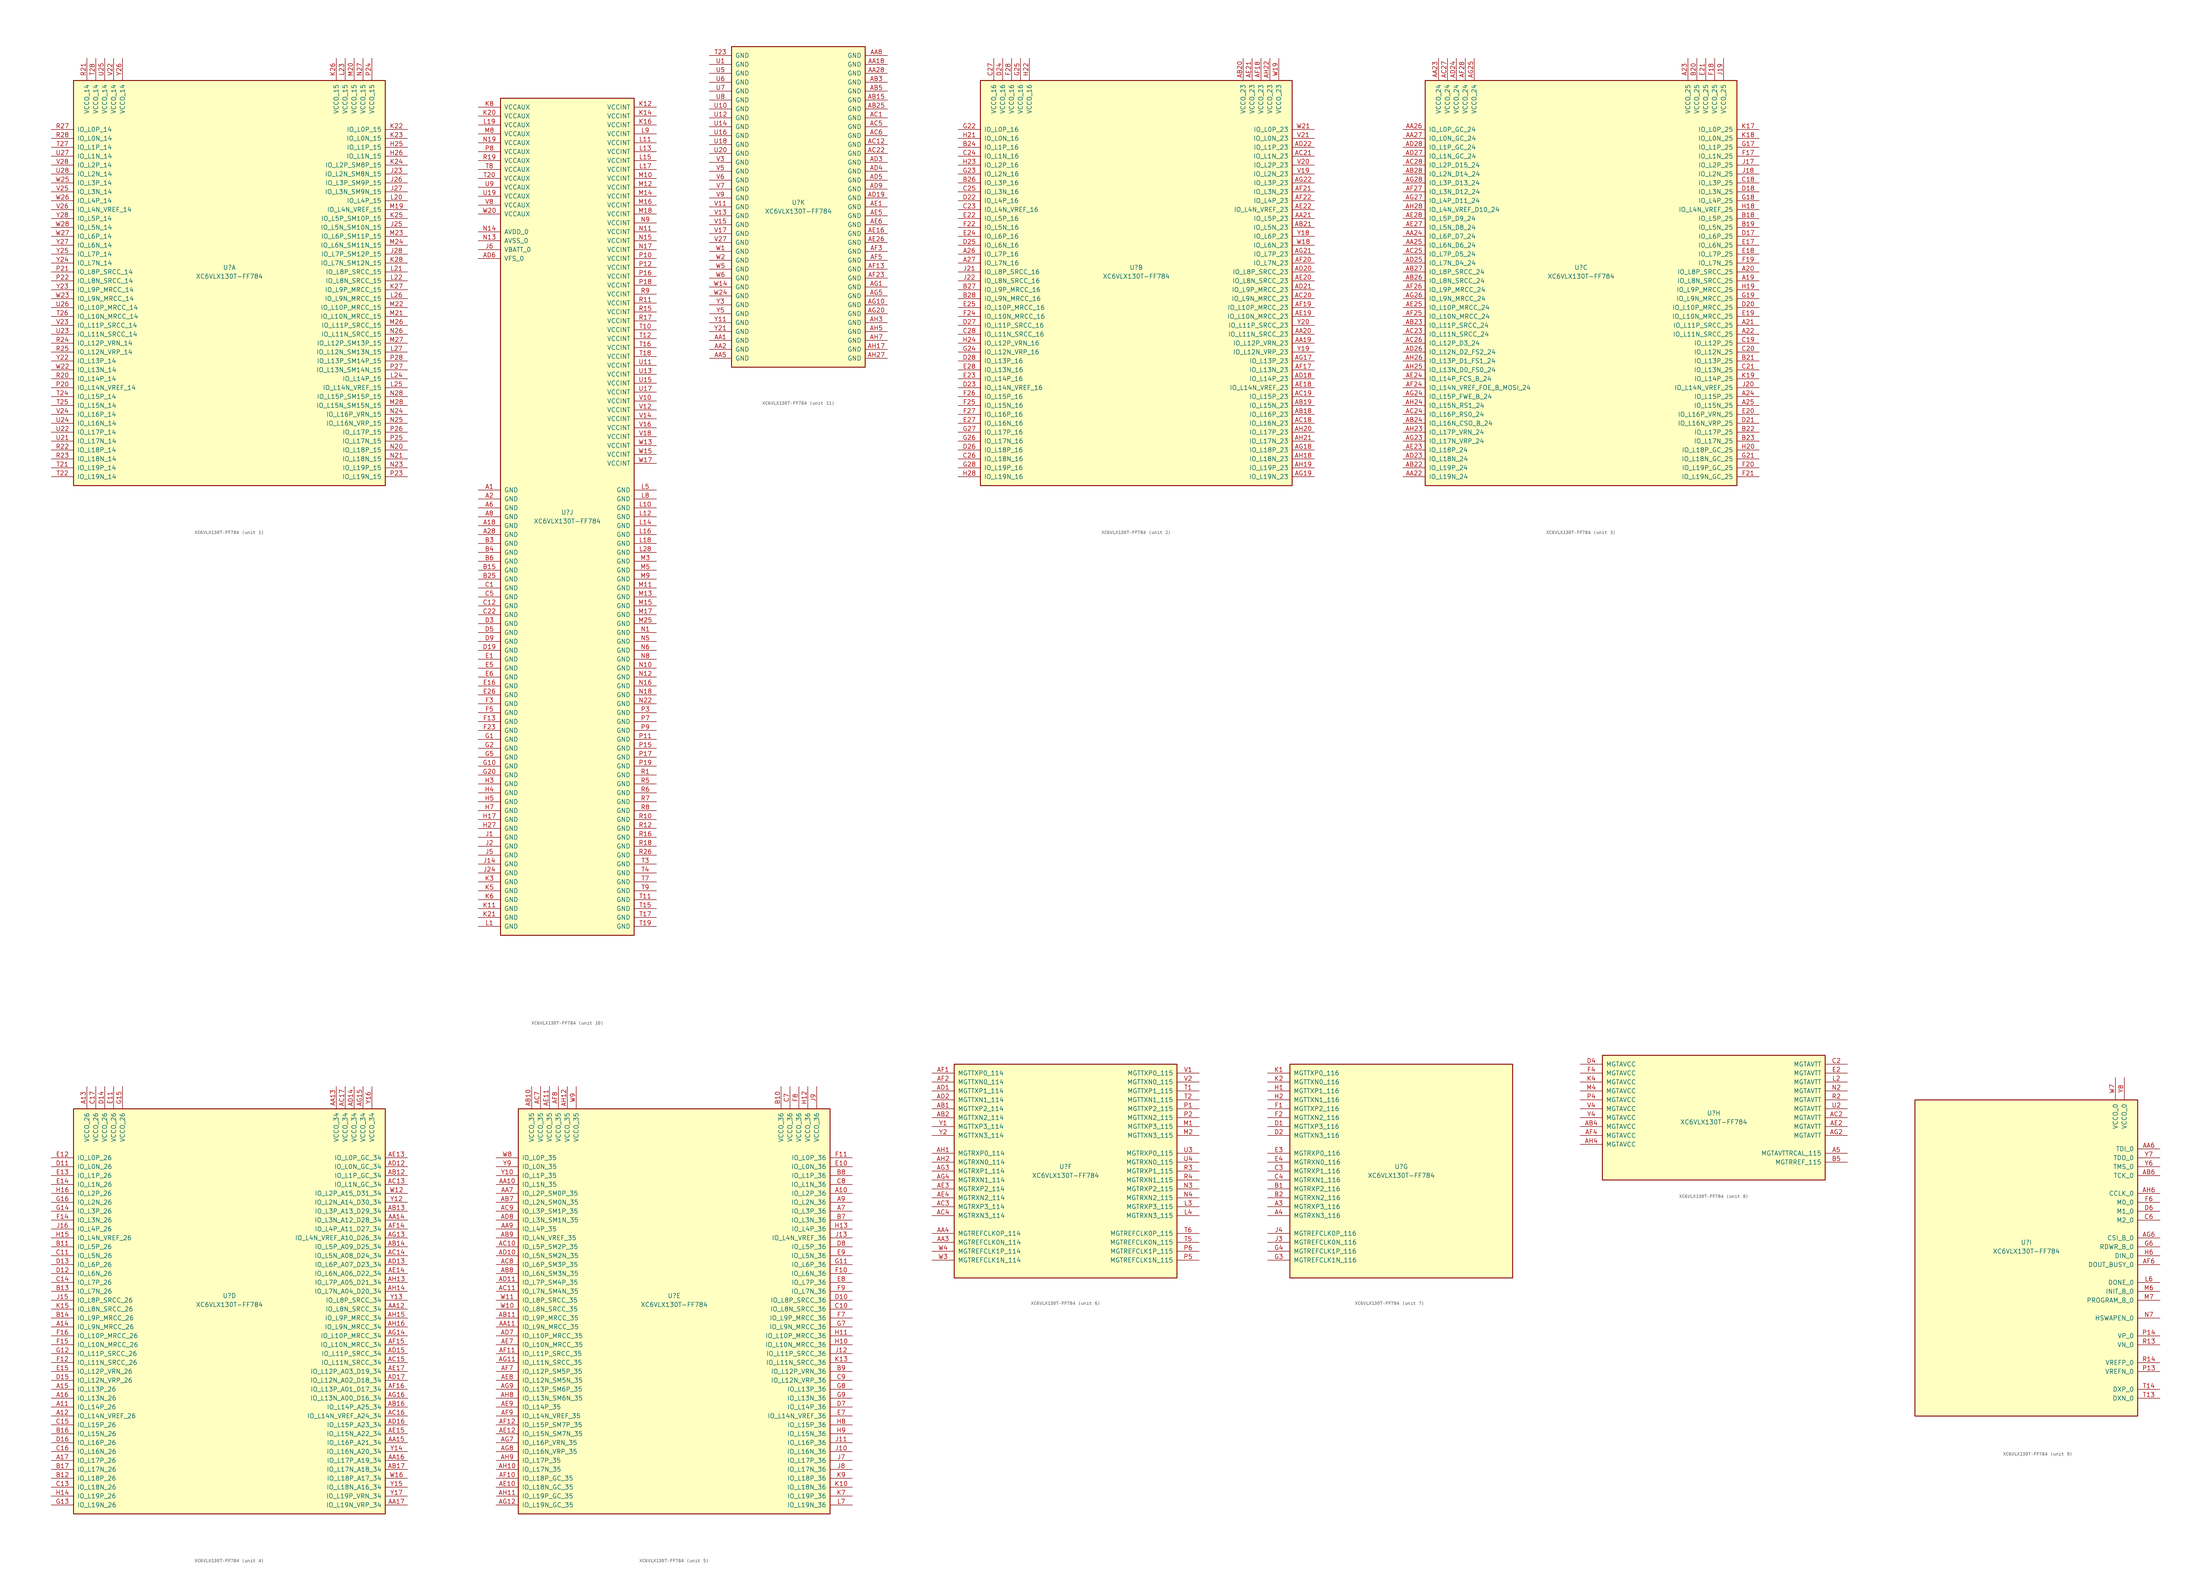
<source format=kicad_sym>
(kicad_symbol_lib
  (version 20211014)
  (generator kicad_symbol_editor)
  (symbol "XC6VLX130T-FF784"
    (pin_names
      (offset 1.016))
    (property "Reference" "U"
      (at 0 1.27 0)
      (effects (font (size 1.27 1.27))))
    (property "Value" "XC6VLX130T-FF784"
      (at 0 -1.27 0)
      (effects (font (size 1.27 1.27))))
    (property "Datasheet" ""
      (at 0 0 0)
      (effects (font (size 1.27 1.27))))
    (property "ki_locked" ""
      (at 0 0 0)
      (effects (font (size 1.27 1.27))))
    (symbol "XC6VLX130T-FF784_1_1"
      (rectangle (start -44.45 54.61) (end 44.45 -60.96) (stroke (width 0.254) (type default) (color 0 0 0 0)) (fill (type background)))
      (pin bidirectional line (at 50.8 35.56 180) (length 6.35) (name "IO_L1P_15" (effects (font (size 1.27 1.27)))) (number "H25" (effects (font (size 1.27 1.27)))))
      (pin bidirectional line (at 50.8 33.02 180) (length 6.35) (name "IO_L1N_15" (effects (font (size 1.27 1.27)))) (number "H26" (effects (font (size 1.27 1.27)))))
      (pin bidirectional line (at 50.8 27.94 180) (length 6.35) (name "IO_L2N_SM8N_15" (effects (font (size 1.27 1.27)))) (number "J23" (effects (font (size 1.27 1.27)))))
      (pin bidirectional line (at 50.8 12.7 180) (length 6.35) (name "IO_L5N_SM10N_15" (effects (font (size 1.27 1.27)))) (number "J25" (effects (font (size 1.27 1.27)))))
      (pin bidirectional line (at 50.8 25.4 180) (length 6.35) (name "IO_L3P_SM9P_15" (effects (font (size 1.27 1.27)))) (number "J26" (effects (font (size 1.27 1.27)))))
      (pin bidirectional line (at 50.8 22.86 180) (length 6.35) (name "IO_L3N_SM9N_15" (effects (font (size 1.27 1.27)))) (number "J27" (effects (font (size 1.27 1.27)))))
      (pin bidirectional line (at 50.8 5.08 180) (length 6.35) (name "IO_L7P_SM12P_15" (effects (font (size 1.27 1.27)))) (number "J28" (effects (font (size 1.27 1.27)))))
      (pin bidirectional line (at 50.8 40.64 180) (length 6.35) (name "IO_L0P_15" (effects (font (size 1.27 1.27)))) (number "K22" (effects (font (size 1.27 1.27)))))
      (pin bidirectional line (at 50.8 38.1 180) (length 6.35) (name "IO_L0N_15" (effects (font (size 1.27 1.27)))) (number "K23" (effects (font (size 1.27 1.27)))))
      (pin bidirectional line (at 50.8 30.48 180) (length 6.35) (name "IO_L2P_SM8P_15" (effects (font (size 1.27 1.27)))) (number "K24" (effects (font (size 1.27 1.27)))))
      (pin bidirectional line (at 50.8 15.24 180) (length 6.35) (name "IO_L5P_SM10P_15" (effects (font (size 1.27 1.27)))) (number "K25" (effects (font (size 1.27 1.27)))))
      (pin power_in line (at 30.48 60.96 270) (length 6.35) (name "VCCO_15" (effects (font (size 1.27 1.27)))) (number "K26" (effects (font (size 1.27 1.27)))))
      (pin bidirectional line (at 50.8 -5.08 180) (length 6.35) (name "IO_L9P_MRCC_15" (effects (font (size 1.27 1.27)))) (number "K27" (effects (font (size 1.27 1.27)))))
      (pin bidirectional line (at 50.8 2.54 180) (length 6.35) (name "IO_L7N_SM12N_15" (effects (font (size 1.27 1.27)))) (number "K28" (effects (font (size 1.27 1.27)))))
      (pin bidirectional line (at 50.8 20.32 180) (length 6.35) (name "IO_L4P_15" (effects (font (size 1.27 1.27)))) (number "L20" (effects (font (size 1.27 1.27)))))
      (pin bidirectional line (at 50.8 0 180) (length 6.35) (name "IO_L8P_SRCC_15" (effects (font (size 1.27 1.27)))) (number "L21" (effects (font (size 1.27 1.27)))))
      (pin bidirectional line (at 50.8 -2.54 180) (length 6.35) (name "IO_L8N_SRCC_15" (effects (font (size 1.27 1.27)))) (number "L22" (effects (font (size 1.27 1.27)))))
      (pin power_in line (at 33.02 60.96 270) (length 6.35) (name "VCCO_15" (effects (font (size 1.27 1.27)))) (number "L23" (effects (font (size 1.27 1.27)))))
      (pin bidirectional line (at 50.8 -30.48 180) (length 6.35) (name "IO_L14P_15" (effects (font (size 1.27 1.27)))) (number "L24" (effects (font (size 1.27 1.27)))))
      (pin bidirectional line (at 50.8 -33.02 180) (length 6.35) (name "IO_L14N_VREF_15" (effects (font (size 1.27 1.27)))) (number "L25" (effects (font (size 1.27 1.27)))))
      (pin bidirectional line (at 50.8 -7.62 180) (length 6.35) (name "IO_L9N_MRCC_15" (effects (font (size 1.27 1.27)))) (number "L26" (effects (font (size 1.27 1.27)))))
      (pin bidirectional line (at 50.8 -22.86 180) (length 6.35) (name "IO_L12N_SM13N_15" (effects (font (size 1.27 1.27)))) (number "L27" (effects (font (size 1.27 1.27)))))
      (pin bidirectional line (at 50.8 17.78 180) (length 6.35) (name "IO_L4N_VREF_15" (effects (font (size 1.27 1.27)))) (number "M19" (effects (font (size 1.27 1.27)))))
      (pin power_in line (at 35.56 60.96 270) (length 6.35) (name "VCCO_15" (effects (font (size 1.27 1.27)))) (number "M20" (effects (font (size 1.27 1.27)))))
      (pin bidirectional line (at 50.8 -12.7 180) (length 6.35) (name "IO_L10N_MRCC_15" (effects (font (size 1.27 1.27)))) (number "M21" (effects (font (size 1.27 1.27)))))
      (pin bidirectional line (at 50.8 -10.16 180) (length 6.35) (name "IO_L10P_MRCC_15" (effects (font (size 1.27 1.27)))) (number "M22" (effects (font (size 1.27 1.27)))))
      (pin bidirectional line (at 50.8 10.16 180) (length 6.35) (name "IO_L6P_SM11P_15" (effects (font (size 1.27 1.27)))) (number "M23" (effects (font (size 1.27 1.27)))))
      (pin bidirectional line (at 50.8 7.62 180) (length 6.35) (name "IO_L6N_SM11N_15" (effects (font (size 1.27 1.27)))) (number "M24" (effects (font (size 1.27 1.27)))))
      (pin bidirectional line (at 50.8 -15.24 180) (length 6.35) (name "IO_L11P_SRCC_15" (effects (font (size 1.27 1.27)))) (number "M26" (effects (font (size 1.27 1.27)))))
      (pin bidirectional line (at 50.8 -20.32 180) (length 6.35) (name "IO_L12P_SM13P_15" (effects (font (size 1.27 1.27)))) (number "M27" (effects (font (size 1.27 1.27)))))
      (pin bidirectional line (at 50.8 -38.1 180) (length 6.35) (name "IO_L15N_SM15N_15" (effects (font (size 1.27 1.27)))) (number "M28" (effects (font (size 1.27 1.27)))))
      (pin bidirectional line (at 50.8 -50.8 180) (length 6.35) (name "IO_L18P_15" (effects (font (size 1.27 1.27)))) (number "N20" (effects (font (size 1.27 1.27)))))
      (pin bidirectional line (at 50.8 -53.34 180) (length 6.35) (name "IO_L18N_15" (effects (font (size 1.27 1.27)))) (number "N21" (effects (font (size 1.27 1.27)))))
      (pin bidirectional line (at 50.8 -55.88 180) (length 6.35) (name "IO_L19P_15" (effects (font (size 1.27 1.27)))) (number "N23" (effects (font (size 1.27 1.27)))))
      (pin bidirectional line (at 50.8 -40.64 180) (length 6.35) (name "IO_L16P_VRN_15" (effects (font (size 1.27 1.27)))) (number "N24" (effects (font (size 1.27 1.27)))))
      (pin bidirectional line (at 50.8 -43.18 180) (length 6.35) (name "IO_L16N_VRP_15" (effects (font (size 1.27 1.27)))) (number "N25" (effects (font (size 1.27 1.27)))))
      (pin bidirectional line (at 50.8 -17.78 180) (length 6.35) (name "IO_L11N_SRCC_15" (effects (font (size 1.27 1.27)))) (number "N26" (effects (font (size 1.27 1.27)))))
      (pin power_in line (at 38.1 60.96 270) (length 6.35) (name "VCCO_15" (effects (font (size 1.27 1.27)))) (number "N27" (effects (font (size 1.27 1.27)))))
      (pin bidirectional line (at 50.8 -35.56 180) (length 6.35) (name "IO_L15P_SM15P_15" (effects (font (size 1.27 1.27)))) (number "N28" (effects (font (size 1.27 1.27)))))
      (pin bidirectional line (at -50.8 -33.02 0) (length 6.35) (name "IO_L14N_VREF_14" (effects (font (size 1.27 1.27)))) (number "P20" (effects (font (size 1.27 1.27)))))
      (pin bidirectional line (at -50.8 0 0) (length 6.35) (name "IO_L8P_SRCC_14" (effects (font (size 1.27 1.27)))) (number "P21" (effects (font (size 1.27 1.27)))))
      (pin bidirectional line (at -50.8 -2.54 0) (length 6.35) (name "IO_L8N_SRCC_14" (effects (font (size 1.27 1.27)))) (number "P22" (effects (font (size 1.27 1.27)))))
      (pin bidirectional line (at 50.8 -58.42 180) (length 6.35) (name "IO_L19N_15" (effects (font (size 1.27 1.27)))) (number "P23" (effects (font (size 1.27 1.27)))))
      (pin power_in line (at 40.64 60.96 270) (length 6.35) (name "VCCO_15" (effects (font (size 1.27 1.27)))) (number "P24" (effects (font (size 1.27 1.27)))))
      (pin bidirectional line (at 50.8 -48.26 180) (length 6.35) (name "IO_L17N_15" (effects (font (size 1.27 1.27)))) (number "P25" (effects (font (size 1.27 1.27)))))
      (pin bidirectional line (at 50.8 -45.72 180) (length 6.35) (name "IO_L17P_15" (effects (font (size 1.27 1.27)))) (number "P26" (effects (font (size 1.27 1.27)))))
      (pin bidirectional line (at 50.8 -27.94 180) (length 6.35) (name "IO_L13N_SM14N_15" (effects (font (size 1.27 1.27)))) (number "P27" (effects (font (size 1.27 1.27)))))
      (pin bidirectional line (at 50.8 -25.4 180) (length 6.35) (name "IO_L13P_SM14P_15" (effects (font (size 1.27 1.27)))) (number "P28" (effects (font (size 1.27 1.27)))))
      (pin bidirectional line (at -50.8 -30.48 0) (length 6.35) (name "IO_L14P_14" (effects (font (size 1.27 1.27)))) (number "R20" (effects (font (size 1.27 1.27)))))
      (pin power_in line (at -40.64 60.96 270) (length 6.35) (name "VCCO_14" (effects (font (size 1.27 1.27)))) (number "R21" (effects (font (size 1.27 1.27)))))
      (pin bidirectional line (at -50.8 -50.8 0) (length 6.35) (name "IO_L18P_14" (effects (font (size 1.27 1.27)))) (number "R22" (effects (font (size 1.27 1.27)))))
      (pin bidirectional line (at -50.8 -53.34 0) (length 6.35) (name "IO_L18N_14" (effects (font (size 1.27 1.27)))) (number "R23" (effects (font (size 1.27 1.27)))))
      (pin bidirectional line (at -50.8 -20.32 0) (length 6.35) (name "IO_L12P_VRN_14" (effects (font (size 1.27 1.27)))) (number "R24" (effects (font (size 1.27 1.27)))))
      (pin bidirectional line (at -50.8 -22.86 0) (length 6.35) (name "IO_L12N_VRP_14" (effects (font (size 1.27 1.27)))) (number "R25" (effects (font (size 1.27 1.27)))))
      (pin bidirectional line (at -50.8 40.64 0) (length 6.35) (name "IO_L0P_14" (effects (font (size 1.27 1.27)))) (number "R27" (effects (font (size 1.27 1.27)))))
      (pin bidirectional line (at -50.8 38.1 0) (length 6.35) (name "IO_L0N_14" (effects (font (size 1.27 1.27)))) (number "R28" (effects (font (size 1.27 1.27)))))
      (pin bidirectional line (at -50.8 -55.88 0) (length 6.35) (name "IO_L19P_14" (effects (font (size 1.27 1.27)))) (number "T21" (effects (font (size 1.27 1.27)))))
      (pin bidirectional line (at -50.8 -58.42 0) (length 6.35) (name "IO_L19N_14" (effects (font (size 1.27 1.27)))) (number "T22" (effects (font (size 1.27 1.27)))))
      (pin bidirectional line (at -50.8 -35.56 0) (length 6.35) (name "IO_L15P_14" (effects (font (size 1.27 1.27)))) (number "T24" (effects (font (size 1.27 1.27)))))
      (pin bidirectional line (at -50.8 -38.1 0) (length 6.35) (name "IO_L15N_14" (effects (font (size 1.27 1.27)))) (number "T25" (effects (font (size 1.27 1.27)))))
      (pin bidirectional line (at -50.8 -12.7 0) (length 6.35) (name "IO_L10N_MRCC_14" (effects (font (size 1.27 1.27)))) (number "T26" (effects (font (size 1.27 1.27)))))
      (pin bidirectional line (at -50.8 35.56 0) (length 6.35) (name "IO_L1P_14" (effects (font (size 1.27 1.27)))) (number "T27" (effects (font (size 1.27 1.27)))))
      (pin power_in line (at -38.1 60.96 270) (length 6.35) (name "VCCO_14" (effects (font (size 1.27 1.27)))) (number "T28" (effects (font (size 1.27 1.27)))))
      (pin bidirectional line (at -50.8 -48.26 0) (length 6.35) (name "IO_L17N_14" (effects (font (size 1.27 1.27)))) (number "U21" (effects (font (size 1.27 1.27)))))
      (pin bidirectional line (at -50.8 -45.72 0) (length 6.35) (name "IO_L17P_14" (effects (font (size 1.27 1.27)))) (number "U22" (effects (font (size 1.27 1.27)))))
      (pin bidirectional line (at -50.8 -17.78 0) (length 6.35) (name "IO_L11N_SRCC_14" (effects (font (size 1.27 1.27)))) (number "U23" (effects (font (size 1.27 1.27)))))
      (pin bidirectional line (at -50.8 -43.18 0) (length 6.35) (name "IO_L16N_14" (effects (font (size 1.27 1.27)))) (number "U24" (effects (font (size 1.27 1.27)))))
      (pin power_in line (at -35.56 60.96 270) (length 6.35) (name "VCCO_14" (effects (font (size 1.27 1.27)))) (number "U25" (effects (font (size 1.27 1.27)))))
      (pin bidirectional line (at -50.8 -10.16 0) (length 6.35) (name "IO_L10P_MRCC_14" (effects (font (size 1.27 1.27)))) (number "U26" (effects (font (size 1.27 1.27)))))
      (pin bidirectional line (at -50.8 33.02 0) (length 6.35) (name "IO_L1N_14" (effects (font (size 1.27 1.27)))) (number "U27" (effects (font (size 1.27 1.27)))))
      (pin bidirectional line (at -50.8 27.94 0) (length 6.35) (name "IO_L2N_14" (effects (font (size 1.27 1.27)))) (number "U28" (effects (font (size 1.27 1.27)))))
      (pin power_in line (at -33.02 60.96 270) (length 6.35) (name "VCCO_14" (effects (font (size 1.27 1.27)))) (number "V22" (effects (font (size 1.27 1.27)))))
      (pin bidirectional line (at -50.8 -15.24 0) (length 6.35) (name "IO_L11P_SRCC_14" (effects (font (size 1.27 1.27)))) (number "V23" (effects (font (size 1.27 1.27)))))
      (pin bidirectional line (at -50.8 -40.64 0) (length 6.35) (name "IO_L16P_14" (effects (font (size 1.27 1.27)))) (number "V24" (effects (font (size 1.27 1.27)))))
      (pin bidirectional line (at -50.8 22.86 0) (length 6.35) (name "IO_L3N_14" (effects (font (size 1.27 1.27)))) (number "V25" (effects (font (size 1.27 1.27)))))
      (pin bidirectional line (at -50.8 17.78 0) (length 6.35) (name "IO_L4N_VREF_14" (effects (font (size 1.27 1.27)))) (number "V26" (effects (font (size 1.27 1.27)))))
      (pin bidirectional line (at -50.8 30.48 0) (length 6.35) (name "IO_L2P_14" (effects (font (size 1.27 1.27)))) (number "V28" (effects (font (size 1.27 1.27)))))
      (pin bidirectional line (at -50.8 -27.94 0) (length 6.35) (name "IO_L13N_14" (effects (font (size 1.27 1.27)))) (number "W22" (effects (font (size 1.27 1.27)))))
      (pin bidirectional line (at -50.8 -7.62 0) (length 6.35) (name "IO_L9N_MRCC_14" (effects (font (size 1.27 1.27)))) (number "W23" (effects (font (size 1.27 1.27)))))
      (pin bidirectional line (at -50.8 25.4 0) (length 6.35) (name "IO_L3P_14" (effects (font (size 1.27 1.27)))) (number "W25" (effects (font (size 1.27 1.27)))))
      (pin bidirectional line (at -50.8 20.32 0) (length 6.35) (name "IO_L4P_14" (effects (font (size 1.27 1.27)))) (number "W26" (effects (font (size 1.27 1.27)))))
      (pin bidirectional line (at -50.8 10.16 0) (length 6.35) (name "IO_L6P_14" (effects (font (size 1.27 1.27)))) (number "W27" (effects (font (size 1.27 1.27)))))
      (pin bidirectional line (at -50.8 12.7 0) (length 6.35) (name "IO_L5N_14" (effects (font (size 1.27 1.27)))) (number "W28" (effects (font (size 1.27 1.27)))))
      (pin bidirectional line (at -50.8 -25.4 0) (length 6.35) (name "IO_L13P_14" (effects (font (size 1.27 1.27)))) (number "Y22" (effects (font (size 1.27 1.27)))))
      (pin bidirectional line (at -50.8 -5.08 0) (length 6.35) (name "IO_L9P_MRCC_14" (effects (font (size 1.27 1.27)))) (number "Y23" (effects (font (size 1.27 1.27)))))
      (pin bidirectional line (at -50.8 2.54 0) (length 6.35) (name "IO_L7N_14" (effects (font (size 1.27 1.27)))) (number "Y24" (effects (font (size 1.27 1.27)))))
      (pin bidirectional line (at -50.8 5.08 0) (length 6.35) (name "IO_L7P_14" (effects (font (size 1.27 1.27)))) (number "Y25" (effects (font (size 1.27 1.27)))))
      (pin power_in line (at -30.48 60.96 270) (length 6.35) (name "VCCO_14" (effects (font (size 1.27 1.27)))) (number "Y26" (effects (font (size 1.27 1.27)))))
      (pin bidirectional line (at -50.8 7.62 0) (length 6.35) (name "IO_L6N_14" (effects (font (size 1.27 1.27)))) (number "Y27" (effects (font (size 1.27 1.27)))))
      (pin bidirectional line (at -50.8 15.24 0) (length 6.35) (name "IO_L5P_14" (effects (font (size 1.27 1.27)))) (number "Y28" (effects (font (size 1.27 1.27))))))
    (symbol "XC6VLX130T-FF784_2_1"
      (rectangle (start -44.45 54.61) (end 44.45 -60.96) (stroke (width 0.254) (type default) (color 0 0 0 0)) (fill (type background)))
      (pin bidirectional line (at -50.8 5.08 0) (length 6.35) (name "IO_L7P_16" (effects (font (size 1.27 1.27)))) (number "A26" (effects (font (size 1.27 1.27)))))
      (pin bidirectional line (at -50.8 2.54 0) (length 6.35) (name "IO_L7N_16" (effects (font (size 1.27 1.27)))) (number "A27" (effects (font (size 1.27 1.27)))))
      (pin bidirectional line (at 50.8 -20.32 180) (length 6.35) (name "IO_L12P_VRN_23" (effects (font (size 1.27 1.27)))) (number "AA19" (effects (font (size 1.27 1.27)))))
      (pin bidirectional line (at 50.8 -17.78 180) (length 6.35) (name "IO_L11N_SRCC_23" (effects (font (size 1.27 1.27)))) (number "AA20" (effects (font (size 1.27 1.27)))))
      (pin bidirectional line (at 50.8 15.24 180) (length 6.35) (name "IO_L5P_23" (effects (font (size 1.27 1.27)))) (number "AA21" (effects (font (size 1.27 1.27)))))
      (pin bidirectional line (at 50.8 -40.64 180) (length 6.35) (name "IO_L16P_23" (effects (font (size 1.27 1.27)))) (number "AB18" (effects (font (size 1.27 1.27)))))
      (pin bidirectional line (at 50.8 -38.1 180) (length 6.35) (name "IO_L15N_23" (effects (font (size 1.27 1.27)))) (number "AB19" (effects (font (size 1.27 1.27)))))
      (pin power_in line (at 30.48 60.96 270) (length 6.35) (name "VCCO_23" (effects (font (size 1.27 1.27)))) (number "AB20" (effects (font (size 1.27 1.27)))))
      (pin bidirectional line (at 50.8 12.7 180) (length 6.35) (name "IO_L5N_23" (effects (font (size 1.27 1.27)))) (number "AB21" (effects (font (size 1.27 1.27)))))
      (pin bidirectional line (at 50.8 -43.18 180) (length 6.35) (name "IO_L16N_23" (effects (font (size 1.27 1.27)))) (number "AC18" (effects (font (size 1.27 1.27)))))
      (pin bidirectional line (at 50.8 -35.56 180) (length 6.35) (name "IO_L15P_23" (effects (font (size 1.27 1.27)))) (number "AC19" (effects (font (size 1.27 1.27)))))
      (pin bidirectional line (at 50.8 -7.62 180) (length 6.35) (name "IO_L9N_MRCC_23" (effects (font (size 1.27 1.27)))) (number "AC20" (effects (font (size 1.27 1.27)))))
      (pin bidirectional line (at 50.8 33.02 180) (length 6.35) (name "IO_L1N_23" (effects (font (size 1.27 1.27)))) (number "AC21" (effects (font (size 1.27 1.27)))))
      (pin bidirectional line (at 50.8 -30.48 180) (length 6.35) (name "IO_L14P_23" (effects (font (size 1.27 1.27)))) (number "AD18" (effects (font (size 1.27 1.27)))))
      (pin bidirectional line (at 50.8 0 180) (length 6.35) (name "IO_L8P_SRCC_23" (effects (font (size 1.27 1.27)))) (number "AD20" (effects (font (size 1.27 1.27)))))
      (pin bidirectional line (at 50.8 -5.08 180) (length 6.35) (name "IO_L9P_MRCC_23" (effects (font (size 1.27 1.27)))) (number "AD21" (effects (font (size 1.27 1.27)))))
      (pin bidirectional line (at 50.8 35.56 180) (length 6.35) (name "IO_L1P_23" (effects (font (size 1.27 1.27)))) (number "AD22" (effects (font (size 1.27 1.27)))))
      (pin bidirectional line (at 50.8 -33.02 180) (length 6.35) (name "IO_L14N_VREF_23" (effects (font (size 1.27 1.27)))) (number "AE18" (effects (font (size 1.27 1.27)))))
      (pin bidirectional line (at 50.8 -12.7 180) (length 6.35) (name "IO_L10N_MRCC_23" (effects (font (size 1.27 1.27)))) (number "AE19" (effects (font (size 1.27 1.27)))))
      (pin bidirectional line (at 50.8 -2.54 180) (length 6.35) (name "IO_L8N_SRCC_23" (effects (font (size 1.27 1.27)))) (number "AE20" (effects (font (size 1.27 1.27)))))
      (pin power_in line (at 33.02 60.96 270) (length 6.35) (name "VCCO_23" (effects (font (size 1.27 1.27)))) (number "AE21" (effects (font (size 1.27 1.27)))))
      (pin bidirectional line (at 50.8 17.78 180) (length 6.35) (name "IO_L4N_VREF_23" (effects (font (size 1.27 1.27)))) (number "AE22" (effects (font (size 1.27 1.27)))))
      (pin bidirectional line (at 50.8 -27.94 180) (length 6.35) (name "IO_L13N_23" (effects (font (size 1.27 1.27)))) (number "AF17" (effects (font (size 1.27 1.27)))))
      (pin power_in line (at 35.56 60.96 270) (length 6.35) (name "VCCO_23" (effects (font (size 1.27 1.27)))) (number "AF18" (effects (font (size 1.27 1.27)))))
      (pin bidirectional line (at 50.8 -10.16 180) (length 6.35) (name "IO_L10P_MRCC_23" (effects (font (size 1.27 1.27)))) (number "AF19" (effects (font (size 1.27 1.27)))))
      (pin bidirectional line (at 50.8 2.54 180) (length 6.35) (name "IO_L7N_23" (effects (font (size 1.27 1.27)))) (number "AF20" (effects (font (size 1.27 1.27)))))
      (pin bidirectional line (at 50.8 22.86 180) (length 6.35) (name "IO_L3N_23" (effects (font (size 1.27 1.27)))) (number "AF21" (effects (font (size 1.27 1.27)))))
      (pin bidirectional line (at 50.8 20.32 180) (length 6.35) (name "IO_L4P_23" (effects (font (size 1.27 1.27)))) (number "AF22" (effects (font (size 1.27 1.27)))))
      (pin bidirectional line (at 50.8 -25.4 180) (length 6.35) (name "IO_L13P_23" (effects (font (size 1.27 1.27)))) (number "AG17" (effects (font (size 1.27 1.27)))))
      (pin bidirectional line (at 50.8 -50.8 180) (length 6.35) (name "IO_L18P_23" (effects (font (size 1.27 1.27)))) (number "AG18" (effects (font (size 1.27 1.27)))))
      (pin bidirectional line (at 50.8 -58.42 180) (length 6.35) (name "IO_L19N_23" (effects (font (size 1.27 1.27)))) (number "AG19" (effects (font (size 1.27 1.27)))))
      (pin bidirectional line (at 50.8 5.08 180) (length 6.35) (name "IO_L7P_23" (effects (font (size 1.27 1.27)))) (number "AG21" (effects (font (size 1.27 1.27)))))
      (pin bidirectional line (at 50.8 25.4 180) (length 6.35) (name "IO_L3P_23" (effects (font (size 1.27 1.27)))) (number "AG22" (effects (font (size 1.27 1.27)))))
      (pin bidirectional line (at 50.8 -53.34 180) (length 6.35) (name "IO_L18N_23" (effects (font (size 1.27 1.27)))) (number "AH18" (effects (font (size 1.27 1.27)))))
      (pin bidirectional line (at 50.8 -55.88 180) (length 6.35) (name "IO_L19P_23" (effects (font (size 1.27 1.27)))) (number "AH19" (effects (font (size 1.27 1.27)))))
      (pin bidirectional line (at 50.8 -45.72 180) (length 6.35) (name "IO_L17P_23" (effects (font (size 1.27 1.27)))) (number "AH20" (effects (font (size 1.27 1.27)))))
      (pin bidirectional line (at 50.8 -48.26 180) (length 6.35) (name "IO_L17N_23" (effects (font (size 1.27 1.27)))) (number "AH21" (effects (font (size 1.27 1.27)))))
      (pin power_in line (at 38.1 60.96 270) (length 6.35) (name "VCCO_23" (effects (font (size 1.27 1.27)))) (number "AH22" (effects (font (size 1.27 1.27)))))
      (pin bidirectional line (at -50.8 35.56 0) (length 6.35) (name "IO_L1P_16" (effects (font (size 1.27 1.27)))) (number "B24" (effects (font (size 1.27 1.27)))))
      (pin bidirectional line (at -50.8 25.4 0) (length 6.35) (name "IO_L3P_16" (effects (font (size 1.27 1.27)))) (number "B26" (effects (font (size 1.27 1.27)))))
      (pin bidirectional line (at -50.8 -5.08 0) (length 6.35) (name "IO_L9P_MRCC_16" (effects (font (size 1.27 1.27)))) (number "B27" (effects (font (size 1.27 1.27)))))
      (pin bidirectional line (at -50.8 -7.62 0) (length 6.35) (name "IO_L9N_MRCC_16" (effects (font (size 1.27 1.27)))) (number "B28" (effects (font (size 1.27 1.27)))))
      (pin bidirectional line (at -50.8 17.78 0) (length 6.35) (name "IO_L4N_VREF_16" (effects (font (size 1.27 1.27)))) (number "C23" (effects (font (size 1.27 1.27)))))
      (pin bidirectional line (at -50.8 33.02 0) (length 6.35) (name "IO_L1N_16" (effects (font (size 1.27 1.27)))) (number "C24" (effects (font (size 1.27 1.27)))))
      (pin bidirectional line (at -50.8 22.86 0) (length 6.35) (name "IO_L3N_16" (effects (font (size 1.27 1.27)))) (number "C25" (effects (font (size 1.27 1.27)))))
      (pin bidirectional line (at -50.8 -53.34 0) (length 6.35) (name "IO_L18N_16" (effects (font (size 1.27 1.27)))) (number "C26" (effects (font (size 1.27 1.27)))))
      (pin power_in line (at -40.64 60.96 270) (length 6.35) (name "VCCO_16" (effects (font (size 1.27 1.27)))) (number "C27" (effects (font (size 1.27 1.27)))))
      (pin bidirectional line (at -50.8 -17.78 0) (length 6.35) (name "IO_L11N_SRCC_16" (effects (font (size 1.27 1.27)))) (number "C28" (effects (font (size 1.27 1.27)))))
      (pin bidirectional line (at -50.8 20.32 0) (length 6.35) (name "IO_L4P_16" (effects (font (size 1.27 1.27)))) (number "D22" (effects (font (size 1.27 1.27)))))
      (pin bidirectional line (at -50.8 -33.02 0) (length 6.35) (name "IO_L14N_VREF_16" (effects (font (size 1.27 1.27)))) (number "D23" (effects (font (size 1.27 1.27)))))
      (pin power_in line (at -38.1 60.96 270) (length 6.35) (name "VCCO_16" (effects (font (size 1.27 1.27)))) (number "D24" (effects (font (size 1.27 1.27)))))
      (pin bidirectional line (at -50.8 7.62 0) (length 6.35) (name "IO_L6N_16" (effects (font (size 1.27 1.27)))) (number "D25" (effects (font (size 1.27 1.27)))))
      (pin bidirectional line (at -50.8 -50.8 0) (length 6.35) (name "IO_L18P_16" (effects (font (size 1.27 1.27)))) (number "D26" (effects (font (size 1.27 1.27)))))
      (pin bidirectional line (at -50.8 -15.24 0) (length 6.35) (name "IO_L11P_SRCC_16" (effects (font (size 1.27 1.27)))) (number "D27" (effects (font (size 1.27 1.27)))))
      (pin bidirectional line (at -50.8 -25.4 0) (length 6.35) (name "IO_L13P_16" (effects (font (size 1.27 1.27)))) (number "D28" (effects (font (size 1.27 1.27)))))
      (pin bidirectional line (at -50.8 15.24 0) (length 6.35) (name "IO_L5P_16" (effects (font (size 1.27 1.27)))) (number "E22" (effects (font (size 1.27 1.27)))))
      (pin bidirectional line (at -50.8 -30.48 0) (length 6.35) (name "IO_L14P_16" (effects (font (size 1.27 1.27)))) (number "E23" (effects (font (size 1.27 1.27)))))
      (pin bidirectional line (at -50.8 10.16 0) (length 6.35) (name "IO_L6P_16" (effects (font (size 1.27 1.27)))) (number "E24" (effects (font (size 1.27 1.27)))))
      (pin bidirectional line (at -50.8 -10.16 0) (length 6.35) (name "IO_L10P_MRCC_16" (effects (font (size 1.27 1.27)))) (number "E25" (effects (font (size 1.27 1.27)))))
      (pin bidirectional line (at -50.8 -43.18 0) (length 6.35) (name "IO_L16N_16" (effects (font (size 1.27 1.27)))) (number "E27" (effects (font (size 1.27 1.27)))))
      (pin bidirectional line (at -50.8 -27.94 0) (length 6.35) (name "IO_L13N_16" (effects (font (size 1.27 1.27)))) (number "E28" (effects (font (size 1.27 1.27)))))
      (pin bidirectional line (at -50.8 12.7 0) (length 6.35) (name "IO_L5N_16" (effects (font (size 1.27 1.27)))) (number "F22" (effects (font (size 1.27 1.27)))))
      (pin bidirectional line (at -50.8 -12.7 0) (length 6.35) (name "IO_L10N_MRCC_16" (effects (font (size 1.27 1.27)))) (number "F24" (effects (font (size 1.27 1.27)))))
      (pin bidirectional line (at -50.8 -38.1 0) (length 6.35) (name "IO_L15N_16" (effects (font (size 1.27 1.27)))) (number "F25" (effects (font (size 1.27 1.27)))))
      (pin bidirectional line (at -50.8 -35.56 0) (length 6.35) (name "IO_L15P_16" (effects (font (size 1.27 1.27)))) (number "F26" (effects (font (size 1.27 1.27)))))
      (pin bidirectional line (at -50.8 -40.64 0) (length 6.35) (name "IO_L16P_16" (effects (font (size 1.27 1.27)))) (number "F27" (effects (font (size 1.27 1.27)))))
      (pin power_in line (at -35.56 60.96 270) (length 6.35) (name "VCCO_16" (effects (font (size 1.27 1.27)))) (number "F28" (effects (font (size 1.27 1.27)))))
      (pin bidirectional line (at -50.8 40.64 0) (length 6.35) (name "IO_L0P_16" (effects (font (size 1.27 1.27)))) (number "G22" (effects (font (size 1.27 1.27)))))
      (pin bidirectional line (at -50.8 27.94 0) (length 6.35) (name "IO_L2N_16" (effects (font (size 1.27 1.27)))) (number "G23" (effects (font (size 1.27 1.27)))))
      (pin bidirectional line (at -50.8 -22.86 0) (length 6.35) (name "IO_L12N_VRP_16" (effects (font (size 1.27 1.27)))) (number "G24" (effects (font (size 1.27 1.27)))))
      (pin power_in line (at -33.02 60.96 270) (length 6.35) (name "VCCO_16" (effects (font (size 1.27 1.27)))) (number "G25" (effects (font (size 1.27 1.27)))))
      (pin bidirectional line (at -50.8 -48.26 0) (length 6.35) (name "IO_L17N_16" (effects (font (size 1.27 1.27)))) (number "G26" (effects (font (size 1.27 1.27)))))
      (pin bidirectional line (at -50.8 -45.72 0) (length 6.35) (name "IO_L17P_16" (effects (font (size 1.27 1.27)))) (number "G27" (effects (font (size 1.27 1.27)))))
      (pin bidirectional line (at -50.8 -55.88 0) (length 6.35) (name "IO_L19P_16" (effects (font (size 1.27 1.27)))) (number "G28" (effects (font (size 1.27 1.27)))))
      (pin bidirectional line (at -50.8 38.1 0) (length 6.35) (name "IO_L0N_16" (effects (font (size 1.27 1.27)))) (number "H21" (effects (font (size 1.27 1.27)))))
      (pin power_in line (at -30.48 60.96 270) (length 6.35) (name "VCCO_16" (effects (font (size 1.27 1.27)))) (number "H22" (effects (font (size 1.27 1.27)))))
      (pin bidirectional line (at -50.8 30.48 0) (length 6.35) (name "IO_L2P_16" (effects (font (size 1.27 1.27)))) (number "H23" (effects (font (size 1.27 1.27)))))
      (pin bidirectional line (at -50.8 -20.32 0) (length 6.35) (name "IO_L12P_VRN_16" (effects (font (size 1.27 1.27)))) (number "H24" (effects (font (size 1.27 1.27)))))
      (pin bidirectional line (at -50.8 -58.42 0) (length 6.35) (name "IO_L19N_16" (effects (font (size 1.27 1.27)))) (number "H28" (effects (font (size 1.27 1.27)))))
      (pin bidirectional line (at -50.8 0 0) (length 6.35) (name "IO_L8P_SRCC_16" (effects (font (size 1.27 1.27)))) (number "J21" (effects (font (size 1.27 1.27)))))
      (pin bidirectional line (at -50.8 -2.54 0) (length 6.35) (name "IO_L8N_SRCC_16" (effects (font (size 1.27 1.27)))) (number "J22" (effects (font (size 1.27 1.27)))))
      (pin bidirectional line (at 50.8 27.94 180) (length 6.35) (name "IO_L2N_23" (effects (font (size 1.27 1.27)))) (number "V19" (effects (font (size 1.27 1.27)))))
      (pin bidirectional line (at 50.8 30.48 180) (length 6.35) (name "IO_L2P_23" (effects (font (size 1.27 1.27)))) (number "V20" (effects (font (size 1.27 1.27)))))
      (pin bidirectional line (at 50.8 38.1 180) (length 6.35) (name "IO_L0N_23" (effects (font (size 1.27 1.27)))) (number "V21" (effects (font (size 1.27 1.27)))))
      (pin bidirectional line (at 50.8 7.62 180) (length 6.35) (name "IO_L6N_23" (effects (font (size 1.27 1.27)))) (number "W18" (effects (font (size 1.27 1.27)))))
      (pin power_in line (at 40.64 60.96 270) (length 6.35) (name "VCCO_23" (effects (font (size 1.27 1.27)))) (number "W19" (effects (font (size 1.27 1.27)))))
      (pin bidirectional line (at 50.8 40.64 180) (length 6.35) (name "IO_L0P_23" (effects (font (size 1.27 1.27)))) (number "W21" (effects (font (size 1.27 1.27)))))
      (pin bidirectional line (at 50.8 10.16 180) (length 6.35) (name "IO_L6P_23" (effects (font (size 1.27 1.27)))) (number "Y18" (effects (font (size 1.27 1.27)))))
      (pin bidirectional line (at 50.8 -22.86 180) (length 6.35) (name "IO_L12N_VRP_23" (effects (font (size 1.27 1.27)))) (number "Y19" (effects (font (size 1.27 1.27)))))
      (pin bidirectional line (at 50.8 -15.24 180) (length 6.35) (name "IO_L11P_SRCC_23" (effects (font (size 1.27 1.27)))) (number "Y20" (effects (font (size 1.27 1.27))))))
    (symbol "XC6VLX130T-FF784_3_1"
      (rectangle (start -44.45 54.61) (end 44.45 -60.96) (stroke (width 0.254) (type default) (color 0 0 0 0)) (fill (type background)))
      (pin bidirectional line (at 50.8 -2.54 180) (length 6.35) (name "IO_L8N_SRCC_25" (effects (font (size 1.27 1.27)))) (number "A19" (effects (font (size 1.27 1.27)))))
      (pin bidirectional line (at 50.8 0 180) (length 6.35) (name "IO_L8P_SRCC_25" (effects (font (size 1.27 1.27)))) (number "A20" (effects (font (size 1.27 1.27)))))
      (pin bidirectional line (at 50.8 -15.24 180) (length 6.35) (name "IO_L11P_SRCC_25" (effects (font (size 1.27 1.27)))) (number "A21" (effects (font (size 1.27 1.27)))))
      (pin bidirectional line (at 50.8 -17.78 180) (length 6.35) (name "IO_L11N_SRCC_25" (effects (font (size 1.27 1.27)))) (number "A22" (effects (font (size 1.27 1.27)))))
      (pin power_in line (at 30.48 60.96 270) (length 6.35) (name "VCCO_25" (effects (font (size 1.27 1.27)))) (number "A23" (effects (font (size 1.27 1.27)))))
      (pin bidirectional line (at 50.8 -35.56 180) (length 6.35) (name "IO_L15P_25" (effects (font (size 1.27 1.27)))) (number "A24" (effects (font (size 1.27 1.27)))))
      (pin bidirectional line (at 50.8 -38.1 180) (length 6.35) (name "IO_L15N_25" (effects (font (size 1.27 1.27)))) (number "A25" (effects (font (size 1.27 1.27)))))
      (pin bidirectional line (at -50.8 -58.42 0) (length 6.35) (name "IO_L19N_24" (effects (font (size 1.27 1.27)))) (number "AA22" (effects (font (size 1.27 1.27)))))
      (pin power_in line (at -40.64 60.96 270) (length 6.35) (name "VCCO_24" (effects (font (size 1.27 1.27)))) (number "AA23" (effects (font (size 1.27 1.27)))))
      (pin bidirectional line (at -50.8 10.16 0) (length 6.35) (name "IO_L6P_D7_24" (effects (font (size 1.27 1.27)))) (number "AA24" (effects (font (size 1.27 1.27)))))
      (pin bidirectional line (at -50.8 7.62 0) (length 6.35) (name "IO_L6N_D6_24" (effects (font (size 1.27 1.27)))) (number "AA25" (effects (font (size 1.27 1.27)))))
      (pin bidirectional line (at -50.8 40.64 0) (length 6.35) (name "IO_L0P_GC_24" (effects (font (size 1.27 1.27)))) (number "AA26" (effects (font (size 1.27 1.27)))))
      (pin bidirectional line (at -50.8 38.1 0) (length 6.35) (name "IO_L0N_GC_24" (effects (font (size 1.27 1.27)))) (number "AA27" (effects (font (size 1.27 1.27)))))
      (pin bidirectional line (at -50.8 -55.88 0) (length 6.35) (name "IO_L19P_24" (effects (font (size 1.27 1.27)))) (number "AB22" (effects (font (size 1.27 1.27)))))
      (pin bidirectional line (at -50.8 -15.24 0) (length 6.35) (name "IO_L11P_SRCC_24" (effects (font (size 1.27 1.27)))) (number "AB23" (effects (font (size 1.27 1.27)))))
      (pin bidirectional line (at -50.8 -43.18 0) (length 6.35) (name "IO_L16N_CSO_B_24" (effects (font (size 1.27 1.27)))) (number "AB24" (effects (font (size 1.27 1.27)))))
      (pin bidirectional line (at -50.8 -2.54 0) (length 6.35) (name "IO_L8N_SRCC_24" (effects (font (size 1.27 1.27)))) (number "AB26" (effects (font (size 1.27 1.27)))))
      (pin bidirectional line (at -50.8 0 0) (length 6.35) (name "IO_L8P_SRCC_24" (effects (font (size 1.27 1.27)))) (number "AB27" (effects (font (size 1.27 1.27)))))
      (pin bidirectional line (at -50.8 27.94 0) (length 6.35) (name "IO_L2N_D14_24" (effects (font (size 1.27 1.27)))) (number "AB28" (effects (font (size 1.27 1.27)))))
      (pin bidirectional line (at -50.8 -17.78 0) (length 6.35) (name "IO_L11N_SRCC_24" (effects (font (size 1.27 1.27)))) (number "AC23" (effects (font (size 1.27 1.27)))))
      (pin bidirectional line (at -50.8 -40.64 0) (length 6.35) (name "IO_L16P_RS0_24" (effects (font (size 1.27 1.27)))) (number "AC24" (effects (font (size 1.27 1.27)))))
      (pin bidirectional line (at -50.8 5.08 0) (length 6.35) (name "IO_L7P_D5_24" (effects (font (size 1.27 1.27)))) (number "AC25" (effects (font (size 1.27 1.27)))))
      (pin bidirectional line (at -50.8 -20.32 0) (length 6.35) (name "IO_L12P_D3_24" (effects (font (size 1.27 1.27)))) (number "AC26" (effects (font (size 1.27 1.27)))))
      (pin power_in line (at -38.1 60.96 270) (length 6.35) (name "VCCO_24" (effects (font (size 1.27 1.27)))) (number "AC27" (effects (font (size 1.27 1.27)))))
      (pin bidirectional line (at -50.8 30.48 0) (length 6.35) (name "IO_L2P_D15_24" (effects (font (size 1.27 1.27)))) (number "AC28" (effects (font (size 1.27 1.27)))))
      (pin bidirectional line (at -50.8 -53.34 0) (length 6.35) (name "IO_L18N_24" (effects (font (size 1.27 1.27)))) (number "AD23" (effects (font (size 1.27 1.27)))))
      (pin power_in line (at -35.56 60.96 270) (length 6.35) (name "VCCO_24" (effects (font (size 1.27 1.27)))) (number "AD24" (effects (font (size 1.27 1.27)))))
      (pin bidirectional line (at -50.8 2.54 0) (length 6.35) (name "IO_L7N_D4_24" (effects (font (size 1.27 1.27)))) (number "AD25" (effects (font (size 1.27 1.27)))))
      (pin bidirectional line (at -50.8 -22.86 0) (length 6.35) (name "IO_L12N_D2_FS2_24" (effects (font (size 1.27 1.27)))) (number "AD26" (effects (font (size 1.27 1.27)))))
      (pin bidirectional line (at -50.8 33.02 0) (length 6.35) (name "IO_L1N_GC_24" (effects (font (size 1.27 1.27)))) (number "AD27" (effects (font (size 1.27 1.27)))))
      (pin bidirectional line (at -50.8 35.56 0) (length 6.35) (name "IO_L1P_GC_24" (effects (font (size 1.27 1.27)))) (number "AD28" (effects (font (size 1.27 1.27)))))
      (pin bidirectional line (at -50.8 -50.8 0) (length 6.35) (name "IO_L18P_24" (effects (font (size 1.27 1.27)))) (number "AE23" (effects (font (size 1.27 1.27)))))
      (pin bidirectional line (at -50.8 -30.48 0) (length 6.35) (name "IO_L14P_FCS_B_24" (effects (font (size 1.27 1.27)))) (number "AE24" (effects (font (size 1.27 1.27)))))
      (pin bidirectional line (at -50.8 -10.16 0) (length 6.35) (name "IO_L10P_MRCC_24" (effects (font (size 1.27 1.27)))) (number "AE25" (effects (font (size 1.27 1.27)))))
      (pin bidirectional line (at -50.8 12.7 0) (length 6.35) (name "IO_L5N_D8_24" (effects (font (size 1.27 1.27)))) (number "AE27" (effects (font (size 1.27 1.27)))))
      (pin bidirectional line (at -50.8 15.24 0) (length 6.35) (name "IO_L5P_D9_24" (effects (font (size 1.27 1.27)))) (number "AE28" (effects (font (size 1.27 1.27)))))
      (pin bidirectional line (at -50.8 -33.02 0) (length 6.35) (name "IO_L14N_VREF_FOE_B_MOSI_24" (effects (font (size 1.27 1.27)))) (number "AF24" (effects (font (size 1.27 1.27)))))
      (pin bidirectional line (at -50.8 -12.7 0) (length 6.35) (name "IO_L10N_MRCC_24" (effects (font (size 1.27 1.27)))) (number "AF25" (effects (font (size 1.27 1.27)))))
      (pin bidirectional line (at -50.8 -5.08 0) (length 6.35) (name "IO_L9P_MRCC_24" (effects (font (size 1.27 1.27)))) (number "AF26" (effects (font (size 1.27 1.27)))))
      (pin bidirectional line (at -50.8 22.86 0) (length 6.35) (name "IO_L3N_D12_24" (effects (font (size 1.27 1.27)))) (number "AF27" (effects (font (size 1.27 1.27)))))
      (pin power_in line (at -33.02 60.96 270) (length 6.35) (name "VCCO_24" (effects (font (size 1.27 1.27)))) (number "AF28" (effects (font (size 1.27 1.27)))))
      (pin bidirectional line (at -50.8 -48.26 0) (length 6.35) (name "IO_L17N_VRP_24" (effects (font (size 1.27 1.27)))) (number "AG23" (effects (font (size 1.27 1.27)))))
      (pin bidirectional line (at -50.8 -35.56 0) (length 6.35) (name "IO_L15P_FWE_B_24" (effects (font (size 1.27 1.27)))) (number "AG24" (effects (font (size 1.27 1.27)))))
      (pin power_in line (at -30.48 60.96 270) (length 6.35) (name "VCCO_24" (effects (font (size 1.27 1.27)))) (number "AG25" (effects (font (size 1.27 1.27)))))
      (pin bidirectional line (at -50.8 -7.62 0) (length 6.35) (name "IO_L9N_MRCC_24" (effects (font (size 1.27 1.27)))) (number "AG26" (effects (font (size 1.27 1.27)))))
      (pin bidirectional line (at -50.8 20.32 0) (length 6.35) (name "IO_L4P_D11_24" (effects (font (size 1.27 1.27)))) (number "AG27" (effects (font (size 1.27 1.27)))))
      (pin bidirectional line (at -50.8 25.4 0) (length 6.35) (name "IO_L3P_D13_24" (effects (font (size 1.27 1.27)))) (number "AG28" (effects (font (size 1.27 1.27)))))
      (pin bidirectional line (at -50.8 -45.72 0) (length 6.35) (name "IO_L17P_VRN_24" (effects (font (size 1.27 1.27)))) (number "AH23" (effects (font (size 1.27 1.27)))))
      (pin bidirectional line (at -50.8 -38.1 0) (length 6.35) (name "IO_L15N_RS1_24" (effects (font (size 1.27 1.27)))) (number "AH24" (effects (font (size 1.27 1.27)))))
      (pin bidirectional line (at -50.8 -27.94 0) (length 6.35) (name "IO_L13N_D0_FS0_24" (effects (font (size 1.27 1.27)))) (number "AH25" (effects (font (size 1.27 1.27)))))
      (pin bidirectional line (at -50.8 -25.4 0) (length 6.35) (name "IO_L13P_D1_FS1_24" (effects (font (size 1.27 1.27)))) (number "AH26" (effects (font (size 1.27 1.27)))))
      (pin bidirectional line (at -50.8 17.78 0) (length 6.35) (name "IO_L4N_VREF_D10_24" (effects (font (size 1.27 1.27)))) (number "AH28" (effects (font (size 1.27 1.27)))))
      (pin bidirectional line (at 50.8 15.24 180) (length 6.35) (name "IO_L5P_25" (effects (font (size 1.27 1.27)))) (number "B18" (effects (font (size 1.27 1.27)))))
      (pin bidirectional line (at 50.8 12.7 180) (length 6.35) (name "IO_L5N_25" (effects (font (size 1.27 1.27)))) (number "B19" (effects (font (size 1.27 1.27)))))
      (pin power_in line (at 33.02 60.96 270) (length 6.35) (name "VCCO_25" (effects (font (size 1.27 1.27)))) (number "B20" (effects (font (size 1.27 1.27)))))
      (pin bidirectional line (at 50.8 -25.4 180) (length 6.35) (name "IO_L13P_25" (effects (font (size 1.27 1.27)))) (number "B21" (effects (font (size 1.27 1.27)))))
      (pin bidirectional line (at 50.8 -45.72 180) (length 6.35) (name "IO_L17P_25" (effects (font (size 1.27 1.27)))) (number "B22" (effects (font (size 1.27 1.27)))))
      (pin bidirectional line (at 50.8 -48.26 180) (length 6.35) (name "IO_L17N_25" (effects (font (size 1.27 1.27)))) (number "B23" (effects (font (size 1.27 1.27)))))
      (pin bidirectional line (at 50.8 25.4 180) (length 6.35) (name "IO_L3P_25" (effects (font (size 1.27 1.27)))) (number "C18" (effects (font (size 1.27 1.27)))))
      (pin bidirectional line (at 50.8 -20.32 180) (length 6.35) (name "IO_L12P_25" (effects (font (size 1.27 1.27)))) (number "C19" (effects (font (size 1.27 1.27)))))
      (pin bidirectional line (at 50.8 -22.86 180) (length 6.35) (name "IO_L12N_25" (effects (font (size 1.27 1.27)))) (number "C20" (effects (font (size 1.27 1.27)))))
      (pin bidirectional line (at 50.8 -27.94 180) (length 6.35) (name "IO_L13N_25" (effects (font (size 1.27 1.27)))) (number "C21" (effects (font (size 1.27 1.27)))))
      (pin bidirectional line (at 50.8 10.16 180) (length 6.35) (name "IO_L6P_25" (effects (font (size 1.27 1.27)))) (number "D17" (effects (font (size 1.27 1.27)))))
      (pin bidirectional line (at 50.8 22.86 180) (length 6.35) (name "IO_L3N_25" (effects (font (size 1.27 1.27)))) (number "D18" (effects (font (size 1.27 1.27)))))
      (pin bidirectional line (at 50.8 -10.16 180) (length 6.35) (name "IO_L10P_MRCC_25" (effects (font (size 1.27 1.27)))) (number "D20" (effects (font (size 1.27 1.27)))))
      (pin bidirectional line (at 50.8 -43.18 180) (length 6.35) (name "IO_L16N_VRP_25" (effects (font (size 1.27 1.27)))) (number "D21" (effects (font (size 1.27 1.27)))))
      (pin bidirectional line (at 50.8 7.62 180) (length 6.35) (name "IO_L6N_25" (effects (font (size 1.27 1.27)))) (number "E17" (effects (font (size 1.27 1.27)))))
      (pin bidirectional line (at 50.8 5.08 180) (length 6.35) (name "IO_L7P_25" (effects (font (size 1.27 1.27)))) (number "E18" (effects (font (size 1.27 1.27)))))
      (pin bidirectional line (at 50.8 -12.7 180) (length 6.35) (name "IO_L10N_MRCC_25" (effects (font (size 1.27 1.27)))) (number "E19" (effects (font (size 1.27 1.27)))))
      (pin bidirectional line (at 50.8 -40.64 180) (length 6.35) (name "IO_L16P_VRN_25" (effects (font (size 1.27 1.27)))) (number "E20" (effects (font (size 1.27 1.27)))))
      (pin power_in line (at 35.56 60.96 270) (length 6.35) (name "VCCO_25" (effects (font (size 1.27 1.27)))) (number "E21" (effects (font (size 1.27 1.27)))))
      (pin bidirectional line (at 50.8 33.02 180) (length 6.35) (name "IO_L1N_25" (effects (font (size 1.27 1.27)))) (number "F17" (effects (font (size 1.27 1.27)))))
      (pin power_in line (at 38.1 60.96 270) (length 6.35) (name "VCCO_25" (effects (font (size 1.27 1.27)))) (number "F18" (effects (font (size 1.27 1.27)))))
      (pin bidirectional line (at 50.8 2.54 180) (length 6.35) (name "IO_L7N_25" (effects (font (size 1.27 1.27)))) (number "F19" (effects (font (size 1.27 1.27)))))
      (pin bidirectional line (at 50.8 -55.88 180) (length 6.35) (name "IO_L19P_GC_25" (effects (font (size 1.27 1.27)))) (number "F20" (effects (font (size 1.27 1.27)))))
      (pin bidirectional line (at 50.8 -58.42 180) (length 6.35) (name "IO_L19N_GC_25" (effects (font (size 1.27 1.27)))) (number "F21" (effects (font (size 1.27 1.27)))))
      (pin bidirectional line (at 50.8 35.56 180) (length 6.35) (name "IO_L1P_25" (effects (font (size 1.27 1.27)))) (number "G17" (effects (font (size 1.27 1.27)))))
      (pin bidirectional line (at 50.8 20.32 180) (length 6.35) (name "IO_L4P_25" (effects (font (size 1.27 1.27)))) (number "G18" (effects (font (size 1.27 1.27)))))
      (pin bidirectional line (at 50.8 -7.62 180) (length 6.35) (name "IO_L9N_MRCC_25" (effects (font (size 1.27 1.27)))) (number "G19" (effects (font (size 1.27 1.27)))))
      (pin bidirectional line (at 50.8 -53.34 180) (length 6.35) (name "IO_L18N_GC_25" (effects (font (size 1.27 1.27)))) (number "G21" (effects (font (size 1.27 1.27)))))
      (pin bidirectional line (at 50.8 17.78 180) (length 6.35) (name "IO_L4N_VREF_25" (effects (font (size 1.27 1.27)))) (number "H18" (effects (font (size 1.27 1.27)))))
      (pin bidirectional line (at 50.8 -5.08 180) (length 6.35) (name "IO_L9P_MRCC_25" (effects (font (size 1.27 1.27)))) (number "H19" (effects (font (size 1.27 1.27)))))
      (pin bidirectional line (at 50.8 -50.8 180) (length 6.35) (name "IO_L18P_GC_25" (effects (font (size 1.27 1.27)))) (number "H20" (effects (font (size 1.27 1.27)))))
      (pin bidirectional line (at 50.8 30.48 180) (length 6.35) (name "IO_L2P_25" (effects (font (size 1.27 1.27)))) (number "J17" (effects (font (size 1.27 1.27)))))
      (pin bidirectional line (at 50.8 27.94 180) (length 6.35) (name "IO_L2N_25" (effects (font (size 1.27 1.27)))) (number "J18" (effects (font (size 1.27 1.27)))))
      (pin power_in line (at 40.64 60.96 270) (length 6.35) (name "VCCO_25" (effects (font (size 1.27 1.27)))) (number "J19" (effects (font (size 1.27 1.27)))))
      (pin bidirectional line (at 50.8 -33.02 180) (length 6.35) (name "IO_L14N_VREF_25" (effects (font (size 1.27 1.27)))) (number "J20" (effects (font (size 1.27 1.27)))))
      (pin bidirectional line (at 50.8 40.64 180) (length 6.35) (name "IO_L0P_25" (effects (font (size 1.27 1.27)))) (number "K17" (effects (font (size 1.27 1.27)))))
      (pin bidirectional line (at 50.8 38.1 180) (length 6.35) (name "IO_L0N_25" (effects (font (size 1.27 1.27)))) (number "K18" (effects (font (size 1.27 1.27)))))
      (pin bidirectional line (at 50.8 -30.48 180) (length 6.35) (name "IO_L14P_25" (effects (font (size 1.27 1.27)))) (number "K19" (effects (font (size 1.27 1.27))))))
    (symbol "XC6VLX130T-FF784_4_1"
      (rectangle (start -44.45 54.61) (end 44.45 -60.96) (stroke (width 0.254) (type default) (color 0 0 0 0)) (fill (type background)))
      (pin bidirectional line (at -50.8 -30.48 0) (length 6.35) (name "IO_L14P_26" (effects (font (size 1.27 1.27)))) (number "A11" (effects (font (size 1.27 1.27)))))
      (pin bidirectional line (at -50.8 -33.02 0) (length 6.35) (name "IO_L14N_VREF_26" (effects (font (size 1.27 1.27)))) (number "A12" (effects (font (size 1.27 1.27)))))
      (pin power_in line (at -40.64 60.96 270) (length 6.35) (name "VCCO_26" (effects (font (size 1.27 1.27)))) (number "A13" (effects (font (size 1.27 1.27)))))
      (pin bidirectional line (at -50.8 -7.62 0) (length 6.35) (name "IO_L9N_MRCC_26" (effects (font (size 1.27 1.27)))) (number "A14" (effects (font (size 1.27 1.27)))))
      (pin bidirectional line (at -50.8 -25.4 0) (length 6.35) (name "IO_L13P_26" (effects (font (size 1.27 1.27)))) (number "A15" (effects (font (size 1.27 1.27)))))
      (pin bidirectional line (at -50.8 -27.94 0) (length 6.35) (name "IO_L13N_26" (effects (font (size 1.27 1.27)))) (number "A16" (effects (font (size 1.27 1.27)))))
      (pin bidirectional line (at -50.8 -45.72 0) (length 6.35) (name "IO_L17P_26" (effects (font (size 1.27 1.27)))) (number "A17" (effects (font (size 1.27 1.27)))))
      (pin bidirectional line (at 50.8 -2.54 180) (length 6.35) (name "IO_L8N_SRCC_34" (effects (font (size 1.27 1.27)))) (number "AA12" (effects (font (size 1.27 1.27)))))
      (pin power_in line (at 30.48 60.96 270) (length 6.35) (name "VCCO_34" (effects (font (size 1.27 1.27)))) (number "AA13" (effects (font (size 1.27 1.27)))))
      (pin bidirectional line (at 50.8 22.86 180) (length 6.35) (name "IO_L3N_A12_D28_34" (effects (font (size 1.27 1.27)))) (number "AA14" (effects (font (size 1.27 1.27)))))
      (pin bidirectional line (at 50.8 -40.64 180) (length 6.35) (name "IO_L16P_A21_34" (effects (font (size 1.27 1.27)))) (number "AA15" (effects (font (size 1.27 1.27)))))
      (pin bidirectional line (at 50.8 -45.72 180) (length 6.35) (name "IO_L17P_A19_34" (effects (font (size 1.27 1.27)))) (number "AA16" (effects (font (size 1.27 1.27)))))
      (pin bidirectional line (at 50.8 -58.42 180) (length 6.35) (name "IO_L19N_VRP_34" (effects (font (size 1.27 1.27)))) (number "AA17" (effects (font (size 1.27 1.27)))))
      (pin bidirectional line (at 50.8 35.56 180) (length 6.35) (name "IO_L1P_GC_34" (effects (font (size 1.27 1.27)))) (number "AB12" (effects (font (size 1.27 1.27)))))
      (pin bidirectional line (at 50.8 25.4 180) (length 6.35) (name "IO_L3P_A13_D29_34" (effects (font (size 1.27 1.27)))) (number "AB13" (effects (font (size 1.27 1.27)))))
      (pin bidirectional line (at 50.8 15.24 180) (length 6.35) (name "IO_L5P_A09_D25_34" (effects (font (size 1.27 1.27)))) (number "AB14" (effects (font (size 1.27 1.27)))))
      (pin bidirectional line (at 50.8 -30.48 180) (length 6.35) (name "IO_L14P_A25_34" (effects (font (size 1.27 1.27)))) (number "AB16" (effects (font (size 1.27 1.27)))))
      (pin bidirectional line (at 50.8 -48.26 180) (length 6.35) (name "IO_L17N_A18_34" (effects (font (size 1.27 1.27)))) (number "AB17" (effects (font (size 1.27 1.27)))))
      (pin bidirectional line (at 50.8 33.02 180) (length 6.35) (name "IO_L1N_GC_34" (effects (font (size 1.27 1.27)))) (number "AC13" (effects (font (size 1.27 1.27)))))
      (pin bidirectional line (at 50.8 12.7 180) (length 6.35) (name "IO_L5N_A08_D24_34" (effects (font (size 1.27 1.27)))) (number "AC14" (effects (font (size 1.27 1.27)))))
      (pin bidirectional line (at 50.8 -17.78 180) (length 6.35) (name "IO_L11N_SRCC_34" (effects (font (size 1.27 1.27)))) (number "AC15" (effects (font (size 1.27 1.27)))))
      (pin bidirectional line (at 50.8 -33.02 180) (length 6.35) (name "IO_L14N_VREF_A24_34" (effects (font (size 1.27 1.27)))) (number "AC16" (effects (font (size 1.27 1.27)))))
      (pin power_in line (at 33.02 60.96 270) (length 6.35) (name "VCCO_34" (effects (font (size 1.27 1.27)))) (number "AC17" (effects (font (size 1.27 1.27)))))
      (pin bidirectional line (at 50.8 38.1 180) (length 6.35) (name "IO_L0N_GC_34" (effects (font (size 1.27 1.27)))) (number "AD12" (effects (font (size 1.27 1.27)))))
      (pin bidirectional line (at 50.8 10.16 180) (length 6.35) (name "IO_L6P_A07_D23_34" (effects (font (size 1.27 1.27)))) (number "AD13" (effects (font (size 1.27 1.27)))))
      (pin power_in line (at 35.56 60.96 270) (length 6.35) (name "VCCO_34" (effects (font (size 1.27 1.27)))) (number "AD14" (effects (font (size 1.27 1.27)))))
      (pin bidirectional line (at 50.8 -15.24 180) (length 6.35) (name "IO_L11P_SRCC_34" (effects (font (size 1.27 1.27)))) (number "AD15" (effects (font (size 1.27 1.27)))))
      (pin bidirectional line (at 50.8 -35.56 180) (length 6.35) (name "IO_L15P_A23_34" (effects (font (size 1.27 1.27)))) (number "AD16" (effects (font (size 1.27 1.27)))))
      (pin bidirectional line (at 50.8 -22.86 180) (length 6.35) (name "IO_L12N_A02_D18_34" (effects (font (size 1.27 1.27)))) (number "AD17" (effects (font (size 1.27 1.27)))))
      (pin bidirectional line (at 50.8 40.64 180) (length 6.35) (name "IO_L0P_GC_34" (effects (font (size 1.27 1.27)))) (number "AE13" (effects (font (size 1.27 1.27)))))
      (pin bidirectional line (at 50.8 7.62 180) (length 6.35) (name "IO_L6N_A06_D22_34" (effects (font (size 1.27 1.27)))) (number "AE14" (effects (font (size 1.27 1.27)))))
      (pin bidirectional line (at 50.8 -38.1 180) (length 6.35) (name "IO_L15N_A22_34" (effects (font (size 1.27 1.27)))) (number "AE15" (effects (font (size 1.27 1.27)))))
      (pin bidirectional line (at 50.8 -20.32 180) (length 6.35) (name "IO_L12P_A03_D19_34" (effects (font (size 1.27 1.27)))) (number "AE17" (effects (font (size 1.27 1.27)))))
      (pin bidirectional line (at 50.8 20.32 180) (length 6.35) (name "IO_L4P_A11_D27_34" (effects (font (size 1.27 1.27)))) (number "AF14" (effects (font (size 1.27 1.27)))))
      (pin bidirectional line (at 50.8 -12.7 180) (length 6.35) (name "IO_L10N_MRCC_34" (effects (font (size 1.27 1.27)))) (number "AF15" (effects (font (size 1.27 1.27)))))
      (pin bidirectional line (at 50.8 -25.4 180) (length 6.35) (name "IO_L13P_A01_D17_34" (effects (font (size 1.27 1.27)))) (number "AF16" (effects (font (size 1.27 1.27)))))
      (pin bidirectional line (at 50.8 17.78 180) (length 6.35) (name "IO_L4N_VREF_A10_D26_34" (effects (font (size 1.27 1.27)))) (number "AG13" (effects (font (size 1.27 1.27)))))
      (pin bidirectional line (at 50.8 -10.16 180) (length 6.35) (name "IO_L10P_MRCC_34" (effects (font (size 1.27 1.27)))) (number "AG14" (effects (font (size 1.27 1.27)))))
      (pin power_in line (at 38.1 60.96 270) (length 6.35) (name "VCCO_34" (effects (font (size 1.27 1.27)))) (number "AG15" (effects (font (size 1.27 1.27)))))
      (pin bidirectional line (at 50.8 -27.94 180) (length 6.35) (name "IO_L13N_A00_D16_34" (effects (font (size 1.27 1.27)))) (number "AG16" (effects (font (size 1.27 1.27)))))
      (pin bidirectional line (at 50.8 5.08 180) (length 6.35) (name "IO_L7P_A05_D21_34" (effects (font (size 1.27 1.27)))) (number "AH13" (effects (font (size 1.27 1.27)))))
      (pin bidirectional line (at 50.8 2.54 180) (length 6.35) (name "IO_L7N_A04_D20_34" (effects (font (size 1.27 1.27)))) (number "AH14" (effects (font (size 1.27 1.27)))))
      (pin bidirectional line (at 50.8 -5.08 180) (length 6.35) (name "IO_L9P_MRCC_34" (effects (font (size 1.27 1.27)))) (number "AH15" (effects (font (size 1.27 1.27)))))
      (pin bidirectional line (at 50.8 -7.62 180) (length 6.35) (name "IO_L9N_MRCC_34" (effects (font (size 1.27 1.27)))) (number "AH16" (effects (font (size 1.27 1.27)))))
      (pin bidirectional line (at -50.8 15.24 0) (length 6.35) (name "IO_L5P_26" (effects (font (size 1.27 1.27)))) (number "B11" (effects (font (size 1.27 1.27)))))
      (pin bidirectional line (at -50.8 -50.8 0) (length 6.35) (name "IO_L18P_26" (effects (font (size 1.27 1.27)))) (number "B12" (effects (font (size 1.27 1.27)))))
      (pin bidirectional line (at -50.8 2.54 0) (length 6.35) (name "IO_L7N_26" (effects (font (size 1.27 1.27)))) (number "B13" (effects (font (size 1.27 1.27)))))
      (pin bidirectional line (at -50.8 -5.08 0) (length 6.35) (name "IO_L9P_MRCC_26" (effects (font (size 1.27 1.27)))) (number "B14" (effects (font (size 1.27 1.27)))))
      (pin bidirectional line (at -50.8 -38.1 0) (length 6.35) (name "IO_L15N_26" (effects (font (size 1.27 1.27)))) (number "B16" (effects (font (size 1.27 1.27)))))
      (pin bidirectional line (at -50.8 -48.26 0) (length 6.35) (name "IO_L17N_26" (effects (font (size 1.27 1.27)))) (number "B17" (effects (font (size 1.27 1.27)))))
      (pin bidirectional line (at -50.8 12.7 0) (length 6.35) (name "IO_L5N_26" (effects (font (size 1.27 1.27)))) (number "C11" (effects (font (size 1.27 1.27)))))
      (pin bidirectional line (at -50.8 -53.34 0) (length 6.35) (name "IO_L18N_26" (effects (font (size 1.27 1.27)))) (number "C13" (effects (font (size 1.27 1.27)))))
      (pin bidirectional line (at -50.8 5.08 0) (length 6.35) (name "IO_L7P_26" (effects (font (size 1.27 1.27)))) (number "C14" (effects (font (size 1.27 1.27)))))
      (pin bidirectional line (at -50.8 -35.56 0) (length 6.35) (name "IO_L15P_26" (effects (font (size 1.27 1.27)))) (number "C15" (effects (font (size 1.27 1.27)))))
      (pin bidirectional line (at -50.8 -43.18 0) (length 6.35) (name "IO_L16N_26" (effects (font (size 1.27 1.27)))) (number "C16" (effects (font (size 1.27 1.27)))))
      (pin power_in line (at -38.1 60.96 270) (length 6.35) (name "VCCO_26" (effects (font (size 1.27 1.27)))) (number "C17" (effects (font (size 1.27 1.27)))))
      (pin bidirectional line (at -50.8 38.1 0) (length 6.35) (name "IO_L0N_26" (effects (font (size 1.27 1.27)))) (number "D11" (effects (font (size 1.27 1.27)))))
      (pin bidirectional line (at -50.8 7.62 0) (length 6.35) (name "IO_L6N_26" (effects (font (size 1.27 1.27)))) (number "D12" (effects (font (size 1.27 1.27)))))
      (pin bidirectional line (at -50.8 10.16 0) (length 6.35) (name "IO_L6P_26" (effects (font (size 1.27 1.27)))) (number "D13" (effects (font (size 1.27 1.27)))))
      (pin power_in line (at -35.56 60.96 270) (length 6.35) (name "VCCO_26" (effects (font (size 1.27 1.27)))) (number "D14" (effects (font (size 1.27 1.27)))))
      (pin bidirectional line (at -50.8 -22.86 0) (length 6.35) (name "IO_L12N_VRP_26" (effects (font (size 1.27 1.27)))) (number "D15" (effects (font (size 1.27 1.27)))))
      (pin bidirectional line (at -50.8 -40.64 0) (length 6.35) (name "IO_L16P_26" (effects (font (size 1.27 1.27)))) (number "D16" (effects (font (size 1.27 1.27)))))
      (pin power_in line (at -33.02 60.96 270) (length 6.35) (name "VCCO_26" (effects (font (size 1.27 1.27)))) (number "E11" (effects (font (size 1.27 1.27)))))
      (pin bidirectional line (at -50.8 40.64 0) (length 6.35) (name "IO_L0P_26" (effects (font (size 1.27 1.27)))) (number "E12" (effects (font (size 1.27 1.27)))))
      (pin bidirectional line (at -50.8 35.56 0) (length 6.35) (name "IO_L1P_26" (effects (font (size 1.27 1.27)))) (number "E13" (effects (font (size 1.27 1.27)))))
      (pin bidirectional line (at -50.8 33.02 0) (length 6.35) (name "IO_L1N_26" (effects (font (size 1.27 1.27)))) (number "E14" (effects (font (size 1.27 1.27)))))
      (pin bidirectional line (at -50.8 -20.32 0) (length 6.35) (name "IO_L12P_VRN_26" (effects (font (size 1.27 1.27)))) (number "E15" (effects (font (size 1.27 1.27)))))
      (pin bidirectional line (at -50.8 -17.78 0) (length 6.35) (name "IO_L11N_SRCC_26" (effects (font (size 1.27 1.27)))) (number "F12" (effects (font (size 1.27 1.27)))))
      (pin bidirectional line (at -50.8 22.86 0) (length 6.35) (name "IO_L3N_26" (effects (font (size 1.27 1.27)))) (number "F14" (effects (font (size 1.27 1.27)))))
      (pin bidirectional line (at -50.8 -12.7 0) (length 6.35) (name "IO_L10N_MRCC_26" (effects (font (size 1.27 1.27)))) (number "F15" (effects (font (size 1.27 1.27)))))
      (pin bidirectional line (at -50.8 -10.16 0) (length 6.35) (name "IO_L10P_MRCC_26" (effects (font (size 1.27 1.27)))) (number "F16" (effects (font (size 1.27 1.27)))))
      (pin bidirectional line (at -50.8 -15.24 0) (length 6.35) (name "IO_L11P_SRCC_26" (effects (font (size 1.27 1.27)))) (number "G12" (effects (font (size 1.27 1.27)))))
      (pin bidirectional line (at -50.8 -58.42 0) (length 6.35) (name "IO_L19N_26" (effects (font (size 1.27 1.27)))) (number "G13" (effects (font (size 1.27 1.27)))))
      (pin bidirectional line (at -50.8 25.4 0) (length 6.35) (name "IO_L3P_26" (effects (font (size 1.27 1.27)))) (number "G14" (effects (font (size 1.27 1.27)))))
      (pin power_in line (at -30.48 60.96 270) (length 6.35) (name "VCCO_26" (effects (font (size 1.27 1.27)))) (number "G15" (effects (font (size 1.27 1.27)))))
      (pin bidirectional line (at -50.8 27.94 0) (length 6.35) (name "IO_L2N_26" (effects (font (size 1.27 1.27)))) (number "G16" (effects (font (size 1.27 1.27)))))
      (pin bidirectional line (at -50.8 -55.88 0) (length 6.35) (name "IO_L19P_26" (effects (font (size 1.27 1.27)))) (number "H14" (effects (font (size 1.27 1.27)))))
      (pin bidirectional line (at -50.8 17.78 0) (length 6.35) (name "IO_L4N_VREF_26" (effects (font (size 1.27 1.27)))) (number "H15" (effects (font (size 1.27 1.27)))))
      (pin bidirectional line (at -50.8 30.48 0) (length 6.35) (name "IO_L2P_26" (effects (font (size 1.27 1.27)))) (number "H16" (effects (font (size 1.27 1.27)))))
      (pin bidirectional line (at -50.8 0 0) (length 6.35) (name "IO_L8P_SRCC_26" (effects (font (size 1.27 1.27)))) (number "J15" (effects (font (size 1.27 1.27)))))
      (pin bidirectional line (at -50.8 20.32 0) (length 6.35) (name "IO_L4P_26" (effects (font (size 1.27 1.27)))) (number "J16" (effects (font (size 1.27 1.27)))))
      (pin bidirectional line (at -50.8 -2.54 0) (length 6.35) (name "IO_L8N_SRCC_26" (effects (font (size 1.27 1.27)))) (number "K15" (effects (font (size 1.27 1.27)))))
      (pin bidirectional line (at 50.8 30.48 180) (length 6.35) (name "IO_L2P_A15_D31_34" (effects (font (size 1.27 1.27)))) (number "W12" (effects (font (size 1.27 1.27)))))
      (pin bidirectional line (at 50.8 -50.8 180) (length 6.35) (name "IO_L18P_A17_34" (effects (font (size 1.27 1.27)))) (number "W16" (effects (font (size 1.27 1.27)))))
      (pin bidirectional line (at 50.8 27.94 180) (length 6.35) (name "IO_L2N_A14_D30_34" (effects (font (size 1.27 1.27)))) (number "Y12" (effects (font (size 1.27 1.27)))))
      (pin bidirectional line (at 50.8 0 180) (length 6.35) (name "IO_L8P_SRCC_34" (effects (font (size 1.27 1.27)))) (number "Y13" (effects (font (size 1.27 1.27)))))
      (pin bidirectional line (at 50.8 -43.18 180) (length 6.35) (name "IO_L16N_A20_34" (effects (font (size 1.27 1.27)))) (number "Y14" (effects (font (size 1.27 1.27)))))
      (pin bidirectional line (at 50.8 -53.34 180) (length 6.35) (name "IO_L18N_A16_34" (effects (font (size 1.27 1.27)))) (number "Y15" (effects (font (size 1.27 1.27)))))
      (pin power_in line (at 40.64 60.96 270) (length 6.35) (name "VCCO_34" (effects (font (size 1.27 1.27)))) (number "Y16" (effects (font (size 1.27 1.27)))))
      (pin bidirectional line (at 50.8 -55.88 180) (length 6.35) (name "IO_L19P_VRN_34" (effects (font (size 1.27 1.27)))) (number "Y17" (effects (font (size 1.27 1.27))))))
    (symbol "XC6VLX130T-FF784_5_1"
      (rectangle (start -44.45 54.61) (end 44.45 -60.96) (stroke (width 0.254) (type default) (color 0 0 0 0)) (fill (type background)))
      (pin bidirectional line (at 50.8 30.48 180) (length 6.35) (name "IO_L2P_36" (effects (font (size 1.27 1.27)))) (number "A10" (effects (font (size 1.27 1.27)))))
      (pin bidirectional line (at 50.8 25.4 180) (length 6.35) (name "IO_L3P_36" (effects (font (size 1.27 1.27)))) (number "A7" (effects (font (size 1.27 1.27)))))
      (pin bidirectional line (at 50.8 27.94 180) (length 6.35) (name "IO_L2N_36" (effects (font (size 1.27 1.27)))) (number "A9" (effects (font (size 1.27 1.27)))))
      (pin bidirectional line (at -50.8 33.02 0) (length 6.35) (name "IO_L1N_35" (effects (font (size 1.27 1.27)))) (number "AA10" (effects (font (size 1.27 1.27)))))
      (pin bidirectional line (at -50.8 -7.62 0) (length 6.35) (name "IO_L9N_MRCC_35" (effects (font (size 1.27 1.27)))) (number "AA11" (effects (font (size 1.27 1.27)))))
      (pin bidirectional line (at -50.8 30.48 0) (length 6.35) (name "IO_L2P_SM0P_35" (effects (font (size 1.27 1.27)))) (number "AA7" (effects (font (size 1.27 1.27)))))
      (pin bidirectional line (at -50.8 20.32 0) (length 6.35) (name "IO_L4P_35" (effects (font (size 1.27 1.27)))) (number "AA9" (effects (font (size 1.27 1.27)))))
      (pin power_in line (at -40.64 60.96 270) (length 6.35) (name "VCCO_35" (effects (font (size 1.27 1.27)))) (number "AB10" (effects (font (size 1.27 1.27)))))
      (pin bidirectional line (at -50.8 -5.08 0) (length 6.35) (name "IO_L9P_MRCC_35" (effects (font (size 1.27 1.27)))) (number "AB11" (effects (font (size 1.27 1.27)))))
      (pin bidirectional line (at -50.8 27.94 0) (length 6.35) (name "IO_L2N_SM0N_35" (effects (font (size 1.27 1.27)))) (number "AB7" (effects (font (size 1.27 1.27)))))
      (pin bidirectional line (at -50.8 7.62 0) (length 6.35) (name "IO_L6N_SM3N_35" (effects (font (size 1.27 1.27)))) (number "AB8" (effects (font (size 1.27 1.27)))))
      (pin bidirectional line (at -50.8 17.78 0) (length 6.35) (name "IO_L4N_VREF_35" (effects (font (size 1.27 1.27)))) (number "AB9" (effects (font (size 1.27 1.27)))))
      (pin bidirectional line (at -50.8 15.24 0) (length 6.35) (name "IO_L5P_SM2P_35" (effects (font (size 1.27 1.27)))) (number "AC10" (effects (font (size 1.27 1.27)))))
      (pin bidirectional line (at -50.8 2.54 0) (length 6.35) (name "IO_L7N_SM4N_35" (effects (font (size 1.27 1.27)))) (number "AC11" (effects (font (size 1.27 1.27)))))
      (pin power_in line (at -38.1 60.96 270) (length 6.35) (name "VCCO_35" (effects (font (size 1.27 1.27)))) (number "AC7" (effects (font (size 1.27 1.27)))))
      (pin bidirectional line (at -50.8 10.16 0) (length 6.35) (name "IO_L6P_SM3P_35" (effects (font (size 1.27 1.27)))) (number "AC8" (effects (font (size 1.27 1.27)))))
      (pin bidirectional line (at -50.8 25.4 0) (length 6.35) (name "IO_L3P_SM1P_35" (effects (font (size 1.27 1.27)))) (number "AC9" (effects (font (size 1.27 1.27)))))
      (pin bidirectional line (at -50.8 12.7 0) (length 6.35) (name "IO_L5N_SM2N_35" (effects (font (size 1.27 1.27)))) (number "AD10" (effects (font (size 1.27 1.27)))))
      (pin bidirectional line (at -50.8 5.08 0) (length 6.35) (name "IO_L7P_SM4P_35" (effects (font (size 1.27 1.27)))) (number "AD11" (effects (font (size 1.27 1.27)))))
      (pin bidirectional line (at -50.8 -10.16 0) (length 6.35) (name "IO_L10P_MRCC_35" (effects (font (size 1.27 1.27)))) (number "AD7" (effects (font (size 1.27 1.27)))))
      (pin bidirectional line (at -50.8 22.86 0) (length 6.35) (name "IO_L3N_SM1N_35" (effects (font (size 1.27 1.27)))) (number "AD8" (effects (font (size 1.27 1.27)))))
      (pin bidirectional line (at -50.8 -53.34 0) (length 6.35) (name "IO_L18N_GC_35" (effects (font (size 1.27 1.27)))) (number "AE10" (effects (font (size 1.27 1.27)))))
      (pin power_in line (at -35.56 60.96 270) (length 6.35) (name "VCCO_35" (effects (font (size 1.27 1.27)))) (number "AE11" (effects (font (size 1.27 1.27)))))
      (pin bidirectional line (at -50.8 -38.1 0) (length 6.35) (name "IO_L15N_SM7N_35" (effects (font (size 1.27 1.27)))) (number "AE12" (effects (font (size 1.27 1.27)))))
      (pin bidirectional line (at -50.8 -12.7 0) (length 6.35) (name "IO_L10N_MRCC_35" (effects (font (size 1.27 1.27)))) (number "AE7" (effects (font (size 1.27 1.27)))))
      (pin bidirectional line (at -50.8 -22.86 0) (length 6.35) (name "IO_L12N_SM5N_35" (effects (font (size 1.27 1.27)))) (number "AE8" (effects (font (size 1.27 1.27)))))
      (pin bidirectional line (at -50.8 -30.48 0) (length 6.35) (name "IO_L14P_35" (effects (font (size 1.27 1.27)))) (number "AE9" (effects (font (size 1.27 1.27)))))
      (pin bidirectional line (at -50.8 -50.8 0) (length 6.35) (name "IO_L18P_GC_35" (effects (font (size 1.27 1.27)))) (number "AF10" (effects (font (size 1.27 1.27)))))
      (pin bidirectional line (at -50.8 -15.24 0) (length 6.35) (name "IO_L11P_SRCC_35" (effects (font (size 1.27 1.27)))) (number "AF11" (effects (font (size 1.27 1.27)))))
      (pin bidirectional line (at -50.8 -35.56 0) (length 6.35) (name "IO_L15P_SM7P_35" (effects (font (size 1.27 1.27)))) (number "AF12" (effects (font (size 1.27 1.27)))))
      (pin bidirectional line (at -50.8 -20.32 0) (length 6.35) (name "IO_L12P_SM5P_35" (effects (font (size 1.27 1.27)))) (number "AF7" (effects (font (size 1.27 1.27)))))
      (pin power_in line (at -33.02 60.96 270) (length 6.35) (name "VCCO_35" (effects (font (size 1.27 1.27)))) (number "AF8" (effects (font (size 1.27 1.27)))))
      (pin bidirectional line (at -50.8 -33.02 0) (length 6.35) (name "IO_L14N_VREF_35" (effects (font (size 1.27 1.27)))) (number "AF9" (effects (font (size 1.27 1.27)))))
      (pin bidirectional line (at -50.8 -17.78 0) (length 6.35) (name "IO_L11N_SRCC_35" (effects (font (size 1.27 1.27)))) (number "AG11" (effects (font (size 1.27 1.27)))))
      (pin bidirectional line (at -50.8 -58.42 0) (length 6.35) (name "IO_L19N_GC_35" (effects (font (size 1.27 1.27)))) (number "AG12" (effects (font (size 1.27 1.27)))))
      (pin bidirectional line (at -50.8 -40.64 0) (length 6.35) (name "IO_L16P_VRN_35" (effects (font (size 1.27 1.27)))) (number "AG7" (effects (font (size 1.27 1.27)))))
      (pin bidirectional line (at -50.8 -43.18 0) (length 6.35) (name "IO_L16N_VRP_35" (effects (font (size 1.27 1.27)))) (number "AG8" (effects (font (size 1.27 1.27)))))
      (pin bidirectional line (at -50.8 -25.4 0) (length 6.35) (name "IO_L13P_SM6P_35" (effects (font (size 1.27 1.27)))) (number "AG9" (effects (font (size 1.27 1.27)))))
      (pin bidirectional line (at -50.8 -48.26 0) (length 6.35) (name "IO_L17N_35" (effects (font (size 1.27 1.27)))) (number "AH10" (effects (font (size 1.27 1.27)))))
      (pin bidirectional line (at -50.8 -55.88 0) (length 6.35) (name "IO_L19P_GC_35" (effects (font (size 1.27 1.27)))) (number "AH11" (effects (font (size 1.27 1.27)))))
      (pin power_in line (at -30.48 60.96 270) (length 6.35) (name "VCCO_35" (effects (font (size 1.27 1.27)))) (number "AH12" (effects (font (size 1.27 1.27)))))
      (pin bidirectional line (at -50.8 -27.94 0) (length 6.35) (name "IO_L13N_SM6N_35" (effects (font (size 1.27 1.27)))) (number "AH8" (effects (font (size 1.27 1.27)))))
      (pin bidirectional line (at -50.8 -45.72 0) (length 6.35) (name "IO_L17P_35" (effects (font (size 1.27 1.27)))) (number "AH9" (effects (font (size 1.27 1.27)))))
      (pin power_in line (at 30.48 60.96 270) (length 6.35) (name "VCCO_36" (effects (font (size 1.27 1.27)))) (number "B10" (effects (font (size 1.27 1.27)))))
      (pin bidirectional line (at 50.8 22.86 180) (length 6.35) (name "IO_L3N_36" (effects (font (size 1.27 1.27)))) (number "B7" (effects (font (size 1.27 1.27)))))
      (pin bidirectional line (at 50.8 35.56 180) (length 6.35) (name "IO_L1P_36" (effects (font (size 1.27 1.27)))) (number "B8" (effects (font (size 1.27 1.27)))))
      (pin bidirectional line (at 50.8 -20.32 180) (length 6.35) (name "IO_L12P_VRN_36" (effects (font (size 1.27 1.27)))) (number "B9" (effects (font (size 1.27 1.27)))))
      (pin bidirectional line (at 50.8 -2.54 180) (length 6.35) (name "IO_L8N_SRCC_36" (effects (font (size 1.27 1.27)))) (number "C10" (effects (font (size 1.27 1.27)))))
      (pin power_in line (at 33.02 60.96 270) (length 6.35) (name "VCCO_36" (effects (font (size 1.27 1.27)))) (number "C7" (effects (font (size 1.27 1.27)))))
      (pin bidirectional line (at 50.8 33.02 180) (length 6.35) (name "IO_L1N_36" (effects (font (size 1.27 1.27)))) (number "C8" (effects (font (size 1.27 1.27)))))
      (pin bidirectional line (at 50.8 -22.86 180) (length 6.35) (name "IO_L12N_VRP_36" (effects (font (size 1.27 1.27)))) (number "C9" (effects (font (size 1.27 1.27)))))
      (pin bidirectional line (at 50.8 0 180) (length 6.35) (name "IO_L8P_SRCC_36" (effects (font (size 1.27 1.27)))) (number "D10" (effects (font (size 1.27 1.27)))))
      (pin bidirectional line (at 50.8 -30.48 180) (length 6.35) (name "IO_L14P_36" (effects (font (size 1.27 1.27)))) (number "D7" (effects (font (size 1.27 1.27)))))
      (pin bidirectional line (at 50.8 15.24 180) (length 6.35) (name "IO_L5P_36" (effects (font (size 1.27 1.27)))) (number "D8" (effects (font (size 1.27 1.27)))))
      (pin bidirectional line (at 50.8 38.1 180) (length 6.35) (name "IO_L0N_36" (effects (font (size 1.27 1.27)))) (number "E10" (effects (font (size 1.27 1.27)))))
      (pin bidirectional line (at 50.8 -33.02 180) (length 6.35) (name "IO_L14N_VREF_36" (effects (font (size 1.27 1.27)))) (number "E7" (effects (font (size 1.27 1.27)))))
      (pin bidirectional line (at 50.8 5.08 180) (length 6.35) (name "IO_L7P_36" (effects (font (size 1.27 1.27)))) (number "E8" (effects (font (size 1.27 1.27)))))
      (pin bidirectional line (at 50.8 12.7 180) (length 6.35) (name "IO_L5N_36" (effects (font (size 1.27 1.27)))) (number "E9" (effects (font (size 1.27 1.27)))))
      (pin bidirectional line (at 50.8 7.62 180) (length 6.35) (name "IO_L6N_36" (effects (font (size 1.27 1.27)))) (number "F10" (effects (font (size 1.27 1.27)))))
      (pin bidirectional line (at 50.8 40.64 180) (length 6.35) (name "IO_L0P_36" (effects (font (size 1.27 1.27)))) (number "F11" (effects (font (size 1.27 1.27)))))
      (pin bidirectional line (at 50.8 -5.08 180) (length 6.35) (name "IO_L9P_MRCC_36" (effects (font (size 1.27 1.27)))) (number "F7" (effects (font (size 1.27 1.27)))))
      (pin power_in line (at 35.56 60.96 270) (length 6.35) (name "VCCO_36" (effects (font (size 1.27 1.27)))) (number "F8" (effects (font (size 1.27 1.27)))))
      (pin bidirectional line (at 50.8 2.54 180) (length 6.35) (name "IO_L7N_36" (effects (font (size 1.27 1.27)))) (number "F9" (effects (font (size 1.27 1.27)))))
      (pin bidirectional line (at 50.8 10.16 180) (length 6.35) (name "IO_L6P_36" (effects (font (size 1.27 1.27)))) (number "G11" (effects (font (size 1.27 1.27)))))
      (pin bidirectional line (at 50.8 -7.62 180) (length 6.35) (name "IO_L9N_MRCC_36" (effects (font (size 1.27 1.27)))) (number "G7" (effects (font (size 1.27 1.27)))))
      (pin bidirectional line (at 50.8 -25.4 180) (length 6.35) (name "IO_L13P_36" (effects (font (size 1.27 1.27)))) (number "G8" (effects (font (size 1.27 1.27)))))
      (pin bidirectional line (at 50.8 -27.94 180) (length 6.35) (name "IO_L13N_36" (effects (font (size 1.27 1.27)))) (number "G9" (effects (font (size 1.27 1.27)))))
      (pin bidirectional line (at 50.8 -12.7 180) (length 6.35) (name "IO_L10N_MRCC_36" (effects (font (size 1.27 1.27)))) (number "H10" (effects (font (size 1.27 1.27)))))
      (pin bidirectional line (at 50.8 -10.16 180) (length 6.35) (name "IO_L10P_MRCC_36" (effects (font (size 1.27 1.27)))) (number "H11" (effects (font (size 1.27 1.27)))))
      (pin power_in line (at 38.1 60.96 270) (length 6.35) (name "VCCO_36" (effects (font (size 1.27 1.27)))) (number "H12" (effects (font (size 1.27 1.27)))))
      (pin bidirectional line (at 50.8 20.32 180) (length 6.35) (name "IO_L4P_36" (effects (font (size 1.27 1.27)))) (number "H13" (effects (font (size 1.27 1.27)))))
      (pin bidirectional line (at 50.8 -35.56 180) (length 6.35) (name "IO_L15P_36" (effects (font (size 1.27 1.27)))) (number "H8" (effects (font (size 1.27 1.27)))))
      (pin bidirectional line (at 50.8 -38.1 180) (length 6.35) (name "IO_L15N_36" (effects (font (size 1.27 1.27)))) (number "H9" (effects (font (size 1.27 1.27)))))
      (pin bidirectional line (at 50.8 -43.18 180) (length 6.35) (name "IO_L16N_36" (effects (font (size 1.27 1.27)))) (number "J10" (effects (font (size 1.27 1.27)))))
      (pin bidirectional line (at 50.8 -40.64 180) (length 6.35) (name "IO_L16P_36" (effects (font (size 1.27 1.27)))) (number "J11" (effects (font (size 1.27 1.27)))))
      (pin bidirectional line (at 50.8 -15.24 180) (length 6.35) (name "IO_L11P_SRCC_36" (effects (font (size 1.27 1.27)))) (number "J12" (effects (font (size 1.27 1.27)))))
      (pin bidirectional line (at 50.8 17.78 180) (length 6.35) (name "IO_L4N_VREF_36" (effects (font (size 1.27 1.27)))) (number "J13" (effects (font (size 1.27 1.27)))))
      (pin bidirectional line (at 50.8 -45.72 180) (length 6.35) (name "IO_L17P_36" (effects (font (size 1.27 1.27)))) (number "J7" (effects (font (size 1.27 1.27)))))
      (pin bidirectional line (at 50.8 -48.26 180) (length 6.35) (name "IO_L17N_36" (effects (font (size 1.27 1.27)))) (number "J8" (effects (font (size 1.27 1.27)))))
      (pin power_in line (at 40.64 60.96 270) (length 6.35) (name "VCCO_36" (effects (font (size 1.27 1.27)))) (number "J9" (effects (font (size 1.27 1.27)))))
      (pin bidirectional line (at 50.8 -53.34 180) (length 6.35) (name "IO_L18N_36" (effects (font (size 1.27 1.27)))) (number "K10" (effects (font (size 1.27 1.27)))))
      (pin bidirectional line (at 50.8 -17.78 180) (length 6.35) (name "IO_L11N_SRCC_36" (effects (font (size 1.27 1.27)))) (number "K13" (effects (font (size 1.27 1.27)))))
      (pin bidirectional line (at 50.8 -55.88 180) (length 6.35) (name "IO_L19P_36" (effects (font (size 1.27 1.27)))) (number "K7" (effects (font (size 1.27 1.27)))))
      (pin bidirectional line (at 50.8 -50.8 180) (length 6.35) (name "IO_L18P_36" (effects (font (size 1.27 1.27)))) (number "K9" (effects (font (size 1.27 1.27)))))
      (pin bidirectional line (at 50.8 -58.42 180) (length 6.35) (name "IO_L19N_36" (effects (font (size 1.27 1.27)))) (number "L7" (effects (font (size 1.27 1.27)))))
      (pin bidirectional line (at -50.8 -2.54 0) (length 6.35) (name "IO_L8N_SRCC_35" (effects (font (size 1.27 1.27)))) (number "W10" (effects (font (size 1.27 1.27)))))
      (pin bidirectional line (at -50.8 0 0) (length 6.35) (name "IO_L8P_SRCC_35" (effects (font (size 1.27 1.27)))) (number "W11" (effects (font (size 1.27 1.27)))))
      (pin bidirectional line (at -50.8 40.64 0) (length 6.35) (name "IO_L0P_35" (effects (font (size 1.27 1.27)))) (number "W8" (effects (font (size 1.27 1.27)))))
      (pin power_in line (at -27.94 60.96 270) (length 6.35) (name "VCCO_35" (effects (font (size 1.27 1.27)))) (number "W9" (effects (font (size 1.27 1.27)))))
      (pin bidirectional line (at -50.8 35.56 0) (length 6.35) (name "IO_L1P_35" (effects (font (size 1.27 1.27)))) (number "Y10" (effects (font (size 1.27 1.27)))))
      (pin bidirectional line (at -50.8 38.1 0) (length 6.35) (name "IO_L0N_35" (effects (font (size 1.27 1.27)))) (number "Y9" (effects (font (size 1.27 1.27))))))
    (symbol "XC6VLX130T-FF784_6_1"
      (rectangle (start -31.75 30.48) (end 31.75 -30.48) (stroke (width 0.254) (type default) (color 0 0 0 0)) (fill (type background)))
      (pin bidirectional line (at -38.1 -20.32 0) (length 6.35) (name "MGTREFCLK0N_114" (effects (font (size 1.27 1.27)))) (number "AA3" (effects (font (size 1.27 1.27)))))
      (pin bidirectional line (at -38.1 -17.78 0) (length 6.35) (name "MGTREFCLK0P_114" (effects (font (size 1.27 1.27)))) (number "AA4" (effects (font (size 1.27 1.27)))))
      (pin bidirectional line (at -38.1 17.78 0) (length 6.35) (name "MGTTXP2_114" (effects (font (size 1.27 1.27)))) (number "AB1" (effects (font (size 1.27 1.27)))))
      (pin bidirectional line (at -38.1 15.24 0) (length 6.35) (name "MGTTXN2_114" (effects (font (size 1.27 1.27)))) (number "AB2" (effects (font (size 1.27 1.27)))))
      (pin bidirectional line (at -38.1 -10.16 0) (length 6.35) (name "MGTRXP3_114" (effects (font (size 1.27 1.27)))) (number "AC3" (effects (font (size 1.27 1.27)))))
      (pin bidirectional line (at -38.1 -12.7 0) (length 6.35) (name "MGTRXN3_114" (effects (font (size 1.27 1.27)))) (number "AC4" (effects (font (size 1.27 1.27)))))
      (pin bidirectional line (at -38.1 22.86 0) (length 6.35) (name "MGTTXP1_114" (effects (font (size 1.27 1.27)))) (number "AD1" (effects (font (size 1.27 1.27)))))
      (pin bidirectional line (at -38.1 20.32 0) (length 6.35) (name "MGTTXN1_114" (effects (font (size 1.27 1.27)))) (number "AD2" (effects (font (size 1.27 1.27)))))
      (pin bidirectional line (at -38.1 -5.08 0) (length 6.35) (name "MGTRXP2_114" (effects (font (size 1.27 1.27)))) (number "AE3" (effects (font (size 1.27 1.27)))))
      (pin bidirectional line (at -38.1 -7.62 0) (length 6.35) (name "MGTRXN2_114" (effects (font (size 1.27 1.27)))) (number "AE4" (effects (font (size 1.27 1.27)))))
      (pin bidirectional line (at -38.1 27.94 0) (length 6.35) (name "MGTTXP0_114" (effects (font (size 1.27 1.27)))) (number "AF1" (effects (font (size 1.27 1.27)))))
      (pin bidirectional line (at -38.1 25.4 0) (length 6.35) (name "MGTTXN0_114" (effects (font (size 1.27 1.27)))) (number "AF2" (effects (font (size 1.27 1.27)))))
      (pin bidirectional line (at -38.1 0 0) (length 6.35) (name "MGTRXP1_114" (effects (font (size 1.27 1.27)))) (number "AG3" (effects (font (size 1.27 1.27)))))
      (pin bidirectional line (at -38.1 -2.54 0) (length 6.35) (name "MGTRXN1_114" (effects (font (size 1.27 1.27)))) (number "AG4" (effects (font (size 1.27 1.27)))))
      (pin bidirectional line (at -38.1 5.08 0) (length 6.35) (name "MGTRXP0_114" (effects (font (size 1.27 1.27)))) (number "AH1" (effects (font (size 1.27 1.27)))))
      (pin bidirectional line (at -38.1 2.54 0) (length 6.35) (name "MGTRXN0_114" (effects (font (size 1.27 1.27)))) (number "AH2" (effects (font (size 1.27 1.27)))))
      (pin bidirectional line (at 38.1 -10.16 180) (length 6.35) (name "MGTRXP3_115" (effects (font (size 1.27 1.27)))) (number "L3" (effects (font (size 1.27 1.27)))))
      (pin bidirectional line (at 38.1 -12.7 180) (length 6.35) (name "MGTRXN3_115" (effects (font (size 1.27 1.27)))) (number "L4" (effects (font (size 1.27 1.27)))))
      (pin bidirectional line (at 38.1 12.7 180) (length 6.35) (name "MGTTXP3_115" (effects (font (size 1.27 1.27)))) (number "M1" (effects (font (size 1.27 1.27)))))
      (pin bidirectional line (at 38.1 10.16 180) (length 6.35) (name "MGTTXN3_115" (effects (font (size 1.27 1.27)))) (number "M2" (effects (font (size 1.27 1.27)))))
      (pin bidirectional line (at 38.1 -5.08 180) (length 6.35) (name "MGTRXP2_115" (effects (font (size 1.27 1.27)))) (number "N3" (effects (font (size 1.27 1.27)))))
      (pin bidirectional line (at 38.1 -7.62 180) (length 6.35) (name "MGTRXN2_115" (effects (font (size 1.27 1.27)))) (number "N4" (effects (font (size 1.27 1.27)))))
      (pin bidirectional line (at 38.1 17.78 180) (length 6.35) (name "MGTTXP2_115" (effects (font (size 1.27 1.27)))) (number "P1" (effects (font (size 1.27 1.27)))))
      (pin bidirectional line (at 38.1 15.24 180) (length 6.35) (name "MGTTXN2_115" (effects (font (size 1.27 1.27)))) (number "P2" (effects (font (size 1.27 1.27)))))
      (pin bidirectional line (at 38.1 -25.4 180) (length 6.35) (name "MGTREFCLK1N_115" (effects (font (size 1.27 1.27)))) (number "P5" (effects (font (size 1.27 1.27)))))
      (pin bidirectional line (at 38.1 -22.86 180) (length 6.35) (name "MGTREFCLK1P_115" (effects (font (size 1.27 1.27)))) (number "P6" (effects (font (size 1.27 1.27)))))
      (pin bidirectional line (at 38.1 0 180) (length 6.35) (name "MGTRXP1_115" (effects (font (size 1.27 1.27)))) (number "R3" (effects (font (size 1.27 1.27)))))
      (pin bidirectional line (at 38.1 -2.54 180) (length 6.35) (name "MGTRXN1_115" (effects (font (size 1.27 1.27)))) (number "R4" (effects (font (size 1.27 1.27)))))
      (pin bidirectional line (at 38.1 22.86 180) (length 6.35) (name "MGTTXP1_115" (effects (font (size 1.27 1.27)))) (number "T1" (effects (font (size 1.27 1.27)))))
      (pin bidirectional line (at 38.1 20.32 180) (length 6.35) (name "MGTTXN1_115" (effects (font (size 1.27 1.27)))) (number "T2" (effects (font (size 1.27 1.27)))))
      (pin bidirectional line (at 38.1 -20.32 180) (length 6.35) (name "MGTREFCLK0N_115" (effects (font (size 1.27 1.27)))) (number "T5" (effects (font (size 1.27 1.27)))))
      (pin bidirectional line (at 38.1 -17.78 180) (length 6.35) (name "MGTREFCLK0P_115" (effects (font (size 1.27 1.27)))) (number "T6" (effects (font (size 1.27 1.27)))))
      (pin bidirectional line (at 38.1 5.08 180) (length 6.35) (name "MGTRXP0_115" (effects (font (size 1.27 1.27)))) (number "U3" (effects (font (size 1.27 1.27)))))
      (pin bidirectional line (at 38.1 2.54 180) (length 6.35) (name "MGTRXN0_115" (effects (font (size 1.27 1.27)))) (number "U4" (effects (font (size 1.27 1.27)))))
      (pin bidirectional line (at 38.1 27.94 180) (length 6.35) (name "MGTTXP0_115" (effects (font (size 1.27 1.27)))) (number "V1" (effects (font (size 1.27 1.27)))))
      (pin bidirectional line (at 38.1 25.4 180) (length 6.35) (name "MGTTXN0_115" (effects (font (size 1.27 1.27)))) (number "V2" (effects (font (size 1.27 1.27)))))
      (pin bidirectional line (at -38.1 -25.4 0) (length 6.35) (name "MGTREFCLK1N_114" (effects (font (size 1.27 1.27)))) (number "W3" (effects (font (size 1.27 1.27)))))
      (pin bidirectional line (at -38.1 -22.86 0) (length 6.35) (name "MGTREFCLK1P_114" (effects (font (size 1.27 1.27)))) (number "W4" (effects (font (size 1.27 1.27)))))
      (pin bidirectional line (at -38.1 12.7 0) (length 6.35) (name "MGTTXP3_114" (effects (font (size 1.27 1.27)))) (number "Y1" (effects (font (size 1.27 1.27)))))
      (pin bidirectional line (at -38.1 10.16 0) (length 6.35) (name "MGTTXN3_114" (effects (font (size 1.27 1.27)))) (number "Y2" (effects (font (size 1.27 1.27))))))
    (symbol "XC6VLX130T-FF784_7_1"
      (rectangle (start -31.75 30.48) (end 31.75 -30.48) (stroke (width 0.254) (type default) (color 0 0 0 0)) (fill (type background)))
      (pin bidirectional line (at -38.1 -10.16 0) (length 6.35) (name "MGTRXP3_116" (effects (font (size 1.27 1.27)))) (number "A3" (effects (font (size 1.27 1.27)))))
      (pin bidirectional line (at -38.1 -12.7 0) (length 6.35) (name "MGTRXN3_116" (effects (font (size 1.27 1.27)))) (number "A4" (effects (font (size 1.27 1.27)))))
      (pin bidirectional line (at -38.1 -5.08 0) (length 6.35) (name "MGTRXP2_116" (effects (font (size 1.27 1.27)))) (number "B1" (effects (font (size 1.27 1.27)))))
      (pin bidirectional line (at -38.1 -7.62 0) (length 6.35) (name "MGTRXN2_116" (effects (font (size 1.27 1.27)))) (number "B2" (effects (font (size 1.27 1.27)))))
      (pin bidirectional line (at -38.1 0 0) (length 6.35) (name "MGTRXP1_116" (effects (font (size 1.27 1.27)))) (number "C3" (effects (font (size 1.27 1.27)))))
      (pin bidirectional line (at -38.1 -2.54 0) (length 6.35) (name "MGTRXN1_116" (effects (font (size 1.27 1.27)))) (number "C4" (effects (font (size 1.27 1.27)))))
      (pin bidirectional line (at -38.1 12.7 0) (length 6.35) (name "MGTTXP3_116" (effects (font (size 1.27 1.27)))) (number "D1" (effects (font (size 1.27 1.27)))))
      (pin bidirectional line (at -38.1 10.16 0) (length 6.35) (name "MGTTXN3_116" (effects (font (size 1.27 1.27)))) (number "D2" (effects (font (size 1.27 1.27)))))
      (pin bidirectional line (at -38.1 5.08 0) (length 6.35) (name "MGTRXP0_116" (effects (font (size 1.27 1.27)))) (number "E3" (effects (font (size 1.27 1.27)))))
      (pin bidirectional line (at -38.1 2.54 0) (length 6.35) (name "MGTRXN0_116" (effects (font (size 1.27 1.27)))) (number "E4" (effects (font (size 1.27 1.27)))))
      (pin bidirectional line (at -38.1 17.78 0) (length 6.35) (name "MGTTXP2_116" (effects (font (size 1.27 1.27)))) (number "F1" (effects (font (size 1.27 1.27)))))
      (pin bidirectional line (at -38.1 15.24 0) (length 6.35) (name "MGTTXN2_116" (effects (font (size 1.27 1.27)))) (number "F2" (effects (font (size 1.27 1.27)))))
      (pin bidirectional line (at -38.1 -25.4 0) (length 6.35) (name "MGTREFCLK1N_116" (effects (font (size 1.27 1.27)))) (number "G3" (effects (font (size 1.27 1.27)))))
      (pin bidirectional line (at -38.1 -22.86 0) (length 6.35) (name "MGTREFCLK1P_116" (effects (font (size 1.27 1.27)))) (number "G4" (effects (font (size 1.27 1.27)))))
      (pin bidirectional line (at -38.1 22.86 0) (length 6.35) (name "MGTTXP1_116" (effects (font (size 1.27 1.27)))) (number "H1" (effects (font (size 1.27 1.27)))))
      (pin bidirectional line (at -38.1 20.32 0) (length 6.35) (name "MGTTXN1_116" (effects (font (size 1.27 1.27)))) (number "H2" (effects (font (size 1.27 1.27)))))
      (pin bidirectional line (at -38.1 -20.32 0) (length 6.35) (name "MGTREFCLK0N_116" (effects (font (size 1.27 1.27)))) (number "J3" (effects (font (size 1.27 1.27)))))
      (pin bidirectional line (at -38.1 -17.78 0) (length 6.35) (name "MGTREFCLK0P_116" (effects (font (size 1.27 1.27)))) (number "J4" (effects (font (size 1.27 1.27)))))
      (pin bidirectional line (at -38.1 27.94 0) (length 6.35) (name "MGTTXP0_116" (effects (font (size 1.27 1.27)))) (number "K1" (effects (font (size 1.27 1.27)))))
      (pin bidirectional line (at -38.1 25.4 0) (length 6.35) (name "MGTTXN0_116" (effects (font (size 1.27 1.27)))) (number "K2" (effects (font (size 1.27 1.27))))))
    (symbol "XC6VLX130T-FF784_8_1"
      (rectangle (start -31.75 17.78) (end 31.75 -17.78) (stroke (width 0.254) (type default) (color 0 0 0 0)) (fill (type background)))
      (pin power_in line (at 38.1 -10.16 180) (length 6.35) (name "MGTAVTTRCAL_115" (effects (font (size 1.27 1.27)))) (number "A5" (effects (font (size 1.27 1.27)))))
      (pin power_in line (at -38.1 -2.54 0) (length 6.35) (name "MGTAVCC" (effects (font (size 1.27 1.27)))) (number "AB4" (effects (font (size 1.27 1.27)))))
      (pin power_in line (at 38.1 0 180) (length 6.35) (name "MGTAVTT" (effects (font (size 1.27 1.27)))) (number "AC2" (effects (font (size 1.27 1.27)))))
      (pin power_in line (at 38.1 -2.54 180) (length 6.35) (name "MGTAVTT" (effects (font (size 1.27 1.27)))) (number "AE2" (effects (font (size 1.27 1.27)))))
      (pin power_in line (at -38.1 -5.08 0) (length 6.35) (name "MGTAVCC" (effects (font (size 1.27 1.27)))) (number "AF4" (effects (font (size 1.27 1.27)))))
      (pin power_in line (at 38.1 -5.08 180) (length 6.35) (name "MGTAVTT" (effects (font (size 1.27 1.27)))) (number "AG2" (effects (font (size 1.27 1.27)))))
      (pin power_in line (at -38.1 -7.62 0) (length 6.35) (name "MGTAVCC" (effects (font (size 1.27 1.27)))) (number "AH4" (effects (font (size 1.27 1.27)))))
      (pin power_in line (at 38.1 -12.7 180) (length 6.35) (name "MGTRREF_115" (effects (font (size 1.27 1.27)))) (number "B5" (effects (font (size 1.27 1.27)))))
      (pin power_in line (at 38.1 15.24 180) (length 6.35) (name "MGTAVTT" (effects (font (size 1.27 1.27)))) (number "C2" (effects (font (size 1.27 1.27)))))
      (pin power_in line (at -38.1 15.24 0) (length 6.35) (name "MGTAVCC" (effects (font (size 1.27 1.27)))) (number "D4" (effects (font (size 1.27 1.27)))))
      (pin power_in line (at 38.1 12.7 180) (length 6.35) (name "MGTAVTT" (effects (font (size 1.27 1.27)))) (number "E2" (effects (font (size 1.27 1.27)))))
      (pin power_in line (at -38.1 12.7 0) (length 6.35) (name "MGTAVCC" (effects (font (size 1.27 1.27)))) (number "F4" (effects (font (size 1.27 1.27)))))
      (pin power_in line (at -38.1 10.16 0) (length 6.35) (name "MGTAVCC" (effects (font (size 1.27 1.27)))) (number "K4" (effects (font (size 1.27 1.27)))))
      (pin power_in line (at 38.1 10.16 180) (length 6.35) (name "MGTAVTT" (effects (font (size 1.27 1.27)))) (number "L2" (effects (font (size 1.27 1.27)))))
      (pin power_in line (at -38.1 7.62 0) (length 6.35) (name "MGTAVCC" (effects (font (size 1.27 1.27)))) (number "M4" (effects (font (size 1.27 1.27)))))
      (pin power_in line (at 38.1 7.62 180) (length 6.35) (name "MGTAVTT" (effects (font (size 1.27 1.27)))) (number "N2" (effects (font (size 1.27 1.27)))))
      (pin power_in line (at -38.1 5.08 0) (length 6.35) (name "MGTAVCC" (effects (font (size 1.27 1.27)))) (number "P4" (effects (font (size 1.27 1.27)))))
      (pin power_in line (at 38.1 5.08 180) (length 6.35) (name "MGTAVTT" (effects (font (size 1.27 1.27)))) (number "R2" (effects (font (size 1.27 1.27)))))
      (pin power_in line (at 38.1 2.54 180) (length 6.35) (name "MGTAVTT" (effects (font (size 1.27 1.27)))) (number "U2" (effects (font (size 1.27 1.27)))))
      (pin power_in line (at -38.1 2.54 0) (length 6.35) (name "MGTAVCC" (effects (font (size 1.27 1.27)))) (number "V4" (effects (font (size 1.27 1.27)))))
      (pin power_in line (at -38.1 0 0) (length 6.35) (name "MGTAVCC" (effects (font (size 1.27 1.27)))) (number "Y4" (effects (font (size 1.27 1.27))))))
    (symbol "XC6VLX130T-FF784_9_1"
      (rectangle (start -31.75 41.91) (end 31.75 -48.26) (stroke (width 0.254) (type default) (color 0 0 0 0)) (fill (type background)))
      (pin bidirectional line (at 38.1 27.94 180) (length 6.35) (name "TDI_0" (effects (font (size 1.27 1.27)))) (number "AA6" (effects (font (size 1.27 1.27)))))
      (pin bidirectional line (at 38.1 20.32 180) (length 6.35) (name "TCK_0" (effects (font (size 1.27 1.27)))) (number "AB6" (effects (font (size 1.27 1.27)))))
      (pin bidirectional line (at 38.1 -5.08 180) (length 6.35) (name "DOUT_BUSY_0" (effects (font (size 1.27 1.27)))) (number "AF6" (effects (font (size 1.27 1.27)))))
      (pin bidirectional line (at 38.1 2.54 180) (length 6.35) (name "CSI_B_0" (effects (font (size 1.27 1.27)))) (number "AG6" (effects (font (size 1.27 1.27)))))
      (pin bidirectional line (at 38.1 15.24 180) (length 6.35) (name "CCLK_0" (effects (font (size 1.27 1.27)))) (number "AH6" (effects (font (size 1.27 1.27)))))
      (pin bidirectional line (at 38.1 7.62 180) (length 6.35) (name "M2_0" (effects (font (size 1.27 1.27)))) (number "C6" (effects (font (size 1.27 1.27)))))
      (pin bidirectional line (at 38.1 10.16 180) (length 6.35) (name "M1_0" (effects (font (size 1.27 1.27)))) (number "D6" (effects (font (size 1.27 1.27)))))
      (pin bidirectional line (at 38.1 12.7 180) (length 6.35) (name "M0_0" (effects (font (size 1.27 1.27)))) (number "F6" (effects (font (size 1.27 1.27)))))
      (pin bidirectional line (at 38.1 0 180) (length 6.35) (name "RDWR_B_0" (effects (font (size 1.27 1.27)))) (number "G6" (effects (font (size 1.27 1.27)))))
      (pin bidirectional line (at 38.1 -2.54 180) (length 6.35) (name "DIN_0" (effects (font (size 1.27 1.27)))) (number "H6" (effects (font (size 1.27 1.27)))))
      (pin bidirectional line (at 38.1 -10.16 180) (length 6.35) (name "DONE_0" (effects (font (size 1.27 1.27)))) (number "L6" (effects (font (size 1.27 1.27)))))
      (pin bidirectional line (at 38.1 -12.7 180) (length 6.35) (name "INIT_B_0" (effects (font (size 1.27 1.27)))) (number "M6" (effects (font (size 1.27 1.27)))))
      (pin bidirectional line (at 38.1 -15.24 180) (length 6.35) (name "PROGRAM_B_0" (effects (font (size 1.27 1.27)))) (number "M7" (effects (font (size 1.27 1.27)))))
      (pin bidirectional line (at 38.1 -20.32 180) (length 6.35) (name "HSWAPEN_0" (effects (font (size 1.27 1.27)))) (number "N7" (effects (font (size 1.27 1.27)))))
      (pin bidirectional line (at 38.1 -35.56 180) (length 6.35) (name "VREFN_0" (effects (font (size 1.27 1.27)))) (number "P13" (effects (font (size 1.27 1.27)))))
      (pin bidirectional line (at 38.1 -25.4 180) (length 6.35) (name "VP_0" (effects (font (size 1.27 1.27)))) (number "P14" (effects (font (size 1.27 1.27)))))
      (pin bidirectional line (at 38.1 -27.94 180) (length 6.35) (name "VN_0" (effects (font (size 1.27 1.27)))) (number "R13" (effects (font (size 1.27 1.27)))))
      (pin bidirectional line (at 38.1 -33.02 180) (length 6.35) (name "VREFP_0" (effects (font (size 1.27 1.27)))) (number "R14" (effects (font (size 1.27 1.27)))))
      (pin bidirectional line (at 38.1 -43.18 180) (length 6.35) (name "DXN_0" (effects (font (size 1.27 1.27)))) (number "T13" (effects (font (size 1.27 1.27)))))
      (pin bidirectional line (at 38.1 -40.64 180) (length 6.35) (name "DXP_0" (effects (font (size 1.27 1.27)))) (number "T14" (effects (font (size 1.27 1.27)))))
      (pin power_in line (at 25.4 48.26 270) (length 6.35) (name "VCCO_0" (effects (font (size 1.27 1.27)))) (number "W7" (effects (font (size 1.27 1.27)))))
      (pin bidirectional line (at 38.1 22.86 180) (length 6.35) (name "TMS_0" (effects (font (size 1.27 1.27)))) (number "Y6" (effects (font (size 1.27 1.27)))))
      (pin bidirectional line (at 38.1 25.4 180) (length 6.35) (name "TDO_0" (effects (font (size 1.27 1.27)))) (number "Y7" (effects (font (size 1.27 1.27)))))
      (pin power_in line (at 27.94 48.26 270) (length 6.35) (name "VCCO_0" (effects (font (size 1.27 1.27)))) (number "Y8" (effects (font (size 1.27 1.27))))))
    (symbol "XC6VLX130T-FF784_10_1"
      (rectangle (start -19.05 119.38) (end 19.05 -119.38) (stroke (width 0.254) (type default) (color 0 0 0 0)) (fill (type background)))
      (pin power_in line (at -25.4 7.62 0) (length 6.35) (name "GND" (effects (font (size 1.27 1.27)))) (number "A1" (effects (font (size 1.27 1.27)))))
      (pin power_in line (at -25.4 -2.54 0) (length 6.35) (name "GND" (effects (font (size 1.27 1.27)))) (number "A18" (effects (font (size 1.27 1.27)))))
      (pin power_in line (at -25.4 5.08 0) (length 6.35) (name "GND" (effects (font (size 1.27 1.27)))) (number "A2" (effects (font (size 1.27 1.27)))))
      (pin power_in line (at -25.4 -5.08 0) (length 6.35) (name "GND" (effects (font (size 1.27 1.27)))) (number "A28" (effects (font (size 1.27 1.27)))))
      (pin power_in line (at -25.4 2.54 0) (length 6.35) (name "GND" (effects (font (size 1.27 1.27)))) (number "A6" (effects (font (size 1.27 1.27)))))
      (pin power_in line (at -25.4 0 0) (length 6.35) (name "GND" (effects (font (size 1.27 1.27)))) (number "A8" (effects (font (size 1.27 1.27)))))
      (pin power_in line (at -25.4 73.66 0) (length 6.35) (name "VFS_0" (effects (font (size 1.27 1.27)))) (number "AD6" (effects (font (size 1.27 1.27)))))
      (pin power_in line (at -25.4 -15.24 0) (length 6.35) (name "GND" (effects (font (size 1.27 1.27)))) (number "B15" (effects (font (size 1.27 1.27)))))
      (pin power_in line (at -25.4 -17.78 0) (length 6.35) (name "GND" (effects (font (size 1.27 1.27)))) (number "B25" (effects (font (size 1.27 1.27)))))
      (pin power_in line (at -25.4 -7.62 0) (length 6.35) (name "GND" (effects (font (size 1.27 1.27)))) (number "B3" (effects (font (size 1.27 1.27)))))
      (pin power_in line (at -25.4 -10.16 0) (length 6.35) (name "GND" (effects (font (size 1.27 1.27)))) (number "B4" (effects (font (size 1.27 1.27)))))
      (pin power_in line (at -25.4 -12.7 0) (length 6.35) (name "GND" (effects (font (size 1.27 1.27)))) (number "B6" (effects (font (size 1.27 1.27)))))
      (pin power_in line (at -25.4 -20.32 0) (length 6.35) (name "GND" (effects (font (size 1.27 1.27)))) (number "C1" (effects (font (size 1.27 1.27)))))
      (pin power_in line (at -25.4 -25.4 0) (length 6.35) (name "GND" (effects (font (size 1.27 1.27)))) (number "C12" (effects (font (size 1.27 1.27)))))
      (pin power_in line (at -25.4 -27.94 0) (length 6.35) (name "GND" (effects (font (size 1.27 1.27)))) (number "C22" (effects (font (size 1.27 1.27)))))
      (pin power_in line (at -25.4 -22.86 0) (length 6.35) (name "GND" (effects (font (size 1.27 1.27)))) (number "C5" (effects (font (size 1.27 1.27)))))
      (pin power_in line (at -25.4 -38.1 0) (length 6.35) (name "GND" (effects (font (size 1.27 1.27)))) (number "D19" (effects (font (size 1.27 1.27)))))
      (pin power_in line (at -25.4 -30.48 0) (length 6.35) (name "GND" (effects (font (size 1.27 1.27)))) (number "D3" (effects (font (size 1.27 1.27)))))
      (pin power_in line (at -25.4 -33.02 0) (length 6.35) (name "GND" (effects (font (size 1.27 1.27)))) (number "D5" (effects (font (size 1.27 1.27)))))
      (pin power_in line (at -25.4 -35.56 0) (length 6.35) (name "GND" (effects (font (size 1.27 1.27)))) (number "D9" (effects (font (size 1.27 1.27)))))
      (pin power_in line (at -25.4 -40.64 0) (length 6.35) (name "GND" (effects (font (size 1.27 1.27)))) (number "E1" (effects (font (size 1.27 1.27)))))
      (pin power_in line (at -25.4 -48.26 0) (length 6.35) (name "GND" (effects (font (size 1.27 1.27)))) (number "E16" (effects (font (size 1.27 1.27)))))
      (pin power_in line (at -25.4 -50.8 0) (length 6.35) (name "GND" (effects (font (size 1.27 1.27)))) (number "E26" (effects (font (size 1.27 1.27)))))
      (pin power_in line (at -25.4 -43.18 0) (length 6.35) (name "GND" (effects (font (size 1.27 1.27)))) (number "E5" (effects (font (size 1.27 1.27)))))
      (pin power_in line (at -25.4 -45.72 0) (length 6.35) (name "GND" (effects (font (size 1.27 1.27)))) (number "E6" (effects (font (size 1.27 1.27)))))
      (pin power_in line (at -25.4 -58.42 0) (length 6.35) (name "GND" (effects (font (size 1.27 1.27)))) (number "F13" (effects (font (size 1.27 1.27)))))
      (pin power_in line (at -25.4 -60.96 0) (length 6.35) (name "GND" (effects (font (size 1.27 1.27)))) (number "F23" (effects (font (size 1.27 1.27)))))
      (pin power_in line (at -25.4 -53.34 0) (length 6.35) (name "GND" (effects (font (size 1.27 1.27)))) (number "F3" (effects (font (size 1.27 1.27)))))
      (pin power_in line (at -25.4 -55.88 0) (length 6.35) (name "GND" (effects (font (size 1.27 1.27)))) (number "F5" (effects (font (size 1.27 1.27)))))
      (pin power_in line (at -25.4 -63.5 0) (length 6.35) (name "GND" (effects (font (size 1.27 1.27)))) (number "G1" (effects (font (size 1.27 1.27)))))
      (pin power_in line (at -25.4 -71.12 0) (length 6.35) (name "GND" (effects (font (size 1.27 1.27)))) (number "G10" (effects (font (size 1.27 1.27)))))
      (pin power_in line (at -25.4 -66.04 0) (length 6.35) (name "GND" (effects (font (size 1.27 1.27)))) (number "G2" (effects (font (size 1.27 1.27)))))
      (pin power_in line (at -25.4 -73.66 0) (length 6.35) (name "GND" (effects (font (size 1.27 1.27)))) (number "G20" (effects (font (size 1.27 1.27)))))
      (pin power_in line (at -25.4 -68.58 0) (length 6.35) (name "GND" (effects (font (size 1.27 1.27)))) (number "G5" (effects (font (size 1.27 1.27)))))
      (pin power_in line (at -25.4 -86.36 0) (length 6.35) (name "GND" (effects (font (size 1.27 1.27)))) (number "H17" (effects (font (size 1.27 1.27)))))
      (pin power_in line (at -25.4 -88.9 0) (length 6.35) (name "GND" (effects (font (size 1.27 1.27)))) (number "H27" (effects (font (size 1.27 1.27)))))
      (pin power_in line (at -25.4 -76.2 0) (length 6.35) (name "GND" (effects (font (size 1.27 1.27)))) (number "H3" (effects (font (size 1.27 1.27)))))
      (pin power_in line (at -25.4 -78.74 0) (length 6.35) (name "GND" (effects (font (size 1.27 1.27)))) (number "H4" (effects (font (size 1.27 1.27)))))
      (pin power_in line (at -25.4 -81.28 0) (length 6.35) (name "GND" (effects (font (size 1.27 1.27)))) (number "H5" (effects (font (size 1.27 1.27)))))
      (pin power_in line (at -25.4 -83.82 0) (length 6.35) (name "GND" (effects (font (size 1.27 1.27)))) (number "H7" (effects (font (size 1.27 1.27)))))
      (pin power_in line (at -25.4 -91.44 0) (length 6.35) (name "GND" (effects (font (size 1.27 1.27)))) (number "J1" (effects (font (size 1.27 1.27)))))
      (pin power_in line (at -25.4 -99.06 0) (length 6.35) (name "GND" (effects (font (size 1.27 1.27)))) (number "J14" (effects (font (size 1.27 1.27)))))
      (pin power_in line (at -25.4 -93.98 0) (length 6.35) (name "GND" (effects (font (size 1.27 1.27)))) (number "J2" (effects (font (size 1.27 1.27)))))
      (pin power_in line (at -25.4 -101.6 0) (length 6.35) (name "GND" (effects (font (size 1.27 1.27)))) (number "J24" (effects (font (size 1.27 1.27)))))
      (pin power_in line (at -25.4 -96.52 0) (length 6.35) (name "GND" (effects (font (size 1.27 1.27)))) (number "J5" (effects (font (size 1.27 1.27)))))
      (pin power_in line (at -25.4 76.2 0) (length 6.35) (name "VBATT_0" (effects (font (size 1.27 1.27)))) (number "J6" (effects (font (size 1.27 1.27)))))
      (pin power_in line (at -25.4 -111.76 0) (length 6.35) (name "GND" (effects (font (size 1.27 1.27)))) (number "K11" (effects (font (size 1.27 1.27)))))
      (pin power_in line (at 25.4 116.84 180) (length 6.35) (name "VCCINT" (effects (font (size 1.27 1.27)))) (number "K12" (effects (font (size 1.27 1.27)))))
      (pin power_in line (at 25.4 114.3 180) (length 6.35) (name "VCCINT" (effects (font (size 1.27 1.27)))) (number "K14" (effects (font (size 1.27 1.27)))))
      (pin power_in line (at 25.4 111.76 180) (length 6.35) (name "VCCINT" (effects (font (size 1.27 1.27)))) (number "K16" (effects (font (size 1.27 1.27)))))
      (pin power_in line (at -25.4 114.3 0) (length 6.35) (name "VCCAUX" (effects (font (size 1.27 1.27)))) (number "K20" (effects (font (size 1.27 1.27)))))
      (pin power_in line (at -25.4 -114.3 0) (length 6.35) (name "GND" (effects (font (size 1.27 1.27)))) (number "K21" (effects (font (size 1.27 1.27)))))
      (pin power_in line (at -25.4 -104.14 0) (length 6.35) (name "GND" (effects (font (size 1.27 1.27)))) (number "K3" (effects (font (size 1.27 1.27)))))
      (pin power_in line (at -25.4 -106.68 0) (length 6.35) (name "GND" (effects (font (size 1.27 1.27)))) (number "K5" (effects (font (size 1.27 1.27)))))
      (pin power_in line (at -25.4 -109.22 0) (length 6.35) (name "GND" (effects (font (size 1.27 1.27)))) (number "K6" (effects (font (size 1.27 1.27)))))
      (pin power_in line (at -25.4 116.84 0) (length 6.35) (name "VCCAUX" (effects (font (size 1.27 1.27)))) (number "K8" (effects (font (size 1.27 1.27)))))
      (pin power_in line (at -25.4 -116.84 0) (length 6.35) (name "GND" (effects (font (size 1.27 1.27)))) (number "L1" (effects (font (size 1.27 1.27)))))
      (pin power_in line (at 25.4 2.54 180) (length 6.35) (name "GND" (effects (font (size 1.27 1.27)))) (number "L10" (effects (font (size 1.27 1.27)))))
      (pin power_in line (at 25.4 106.68 180) (length 6.35) (name "VCCINT" (effects (font (size 1.27 1.27)))) (number "L11" (effects (font (size 1.27 1.27)))))
      (pin power_in line (at 25.4 0 180) (length 6.35) (name "GND" (effects (font (size 1.27 1.27)))) (number "L12" (effects (font (size 1.27 1.27)))))
      (pin power_in line (at 25.4 104.14 180) (length 6.35) (name "VCCINT" (effects (font (size 1.27 1.27)))) (number "L13" (effects (font (size 1.27 1.27)))))
      (pin power_in line (at 25.4 -2.54 180) (length 6.35) (name "GND" (effects (font (size 1.27 1.27)))) (number "L14" (effects (font (size 1.27 1.27)))))
      (pin power_in line (at 25.4 101.6 180) (length 6.35) (name "VCCINT" (effects (font (size 1.27 1.27)))) (number "L15" (effects (font (size 1.27 1.27)))))
      (pin power_in line (at 25.4 -5.08 180) (length 6.35) (name "GND" (effects (font (size 1.27 1.27)))) (number "L16" (effects (font (size 1.27 1.27)))))
      (pin power_in line (at 25.4 99.06 180) (length 6.35) (name "VCCINT" (effects (font (size 1.27 1.27)))) (number "L17" (effects (font (size 1.27 1.27)))))
      (pin power_in line (at 25.4 -7.62 180) (length 6.35) (name "GND" (effects (font (size 1.27 1.27)))) (number "L18" (effects (font (size 1.27 1.27)))))
      (pin power_in line (at -25.4 111.76 0) (length 6.35) (name "VCCAUX" (effects (font (size 1.27 1.27)))) (number "L19" (effects (font (size 1.27 1.27)))))
      (pin power_in line (at 25.4 -10.16 180) (length 6.35) (name "GND" (effects (font (size 1.27 1.27)))) (number "L28" (effects (font (size 1.27 1.27)))))
      (pin power_in line (at 25.4 7.62 180) (length 6.35) (name "GND" (effects (font (size 1.27 1.27)))) (number "L5" (effects (font (size 1.27 1.27)))))
      (pin power_in line (at 25.4 5.08 180) (length 6.35) (name "GND" (effects (font (size 1.27 1.27)))) (number "L8" (effects (font (size 1.27 1.27)))))
      (pin power_in line (at 25.4 109.22 180) (length 6.35) (name "VCCINT" (effects (font (size 1.27 1.27)))) (number "L9" (effects (font (size 1.27 1.27)))))
      (pin power_in line (at 25.4 96.52 180) (length 6.35) (name "VCCINT" (effects (font (size 1.27 1.27)))) (number "M10" (effects (font (size 1.27 1.27)))))
      (pin power_in line (at 25.4 -20.32 180) (length 6.35) (name "GND" (effects (font (size 1.27 1.27)))) (number "M11" (effects (font (size 1.27 1.27)))))
      (pin power_in line (at 25.4 93.98 180) (length 6.35) (name "VCCINT" (effects (font (size 1.27 1.27)))) (number "M12" (effects (font (size 1.27 1.27)))))
      (pin power_in line (at 25.4 -22.86 180) (length 6.35) (name "GND" (effects (font (size 1.27 1.27)))) (number "M13" (effects (font (size 1.27 1.27)))))
      (pin power_in line (at 25.4 91.44 180) (length 6.35) (name "VCCINT" (effects (font (size 1.27 1.27)))) (number "M14" (effects (font (size 1.27 1.27)))))
      (pin power_in line (at 25.4 -25.4 180) (length 6.35) (name "GND" (effects (font (size 1.27 1.27)))) (number "M15" (effects (font (size 1.27 1.27)))))
      (pin power_in line (at 25.4 88.9 180) (length 6.35) (name "VCCINT" (effects (font (size 1.27 1.27)))) (number "M16" (effects (font (size 1.27 1.27)))))
      (pin power_in line (at 25.4 -27.94 180) (length 6.35) (name "GND" (effects (font (size 1.27 1.27)))) (number "M17" (effects (font (size 1.27 1.27)))))
      (pin power_in line (at 25.4 86.36 180) (length 6.35) (name "VCCINT" (effects (font (size 1.27 1.27)))) (number "M18" (effects (font (size 1.27 1.27)))))
      (pin power_in line (at 25.4 -30.48 180) (length 6.35) (name "GND" (effects (font (size 1.27 1.27)))) (number "M25" (effects (font (size 1.27 1.27)))))
      (pin power_in line (at 25.4 -12.7 180) (length 6.35) (name "GND" (effects (font (size 1.27 1.27)))) (number "M3" (effects (font (size 1.27 1.27)))))
      (pin power_in line (at 25.4 -15.24 180) (length 6.35) (name "GND" (effects (font (size 1.27 1.27)))) (number "M5" (effects (font (size 1.27 1.27)))))
      (pin power_in line (at -25.4 109.22 0) (length 6.35) (name "VCCAUX" (effects (font (size 1.27 1.27)))) (number "M8" (effects (font (size 1.27 1.27)))))
      (pin power_in line (at 25.4 -17.78 180) (length 6.35) (name "GND" (effects (font (size 1.27 1.27)))) (number "M9" (effects (font (size 1.27 1.27)))))
      (pin power_in line (at 25.4 -33.02 180) (length 6.35) (name "GND" (effects (font (size 1.27 1.27)))) (number "N1" (effects (font (size 1.27 1.27)))))
      (pin power_in line (at 25.4 -43.18 180) (length 6.35) (name "GND" (effects (font (size 1.27 1.27)))) (number "N10" (effects (font (size 1.27 1.27)))))
      (pin power_in line (at 25.4 81.28 180) (length 6.35) (name "VCCINT" (effects (font (size 1.27 1.27)))) (number "N11" (effects (font (size 1.27 1.27)))))
      (pin power_in line (at 25.4 -45.72 180) (length 6.35) (name "GND" (effects (font (size 1.27 1.27)))) (number "N12" (effects (font (size 1.27 1.27)))))
      (pin power_in line (at -25.4 78.74 0) (length 6.35) (name "AVSS_0" (effects (font (size 1.27 1.27)))) (number "N13" (effects (font (size 1.27 1.27)))))
      (pin power_in line (at -25.4 81.28 0) (length 6.35) (name "AVDD_0" (effects (font (size 1.27 1.27)))) (number "N14" (effects (font (size 1.27 1.27)))))
      (pin power_in line (at 25.4 78.74 180) (length 6.35) (name "VCCINT" (effects (font (size 1.27 1.27)))) (number "N15" (effects (font (size 1.27 1.27)))))
      (pin power_in line (at 25.4 -48.26 180) (length 6.35) (name "GND" (effects (font (size 1.27 1.27)))) (number "N16" (effects (font (size 1.27 1.27)))))
      (pin power_in line (at 25.4 76.2 180) (length 6.35) (name "VCCINT" (effects (font (size 1.27 1.27)))) (number "N17" (effects (font (size 1.27 1.27)))))
      (pin power_in line (at 25.4 -50.8 180) (length 6.35) (name "GND" (effects (font (size 1.27 1.27)))) (number "N18" (effects (font (size 1.27 1.27)))))
      (pin power_in line (at -25.4 106.68 0) (length 6.35) (name "VCCAUX" (effects (font (size 1.27 1.27)))) (number "N19" (effects (font (size 1.27 1.27)))))
      (pin power_in line (at 25.4 -53.34 180) (length 6.35) (name "GND" (effects (font (size 1.27 1.27)))) (number "N22" (effects (font (size 1.27 1.27)))))
      (pin power_in line (at 25.4 -35.56 180) (length 6.35) (name "GND" (effects (font (size 1.27 1.27)))) (number "N5" (effects (font (size 1.27 1.27)))))
      (pin power_in line (at 25.4 -38.1 180) (length 6.35) (name "GND" (effects (font (size 1.27 1.27)))) (number "N6" (effects (font (size 1.27 1.27)))))
      (pin power_in line (at 25.4 -40.64 180) (length 6.35) (name "GND" (effects (font (size 1.27 1.27)))) (number "N8" (effects (font (size 1.27 1.27)))))
      (pin power_in line (at 25.4 83.82 180) (length 6.35) (name "VCCINT" (effects (font (size 1.27 1.27)))) (number "N9" (effects (font (size 1.27 1.27)))))
      (pin power_in line (at 25.4 73.66 180) (length 6.35) (name "VCCINT" (effects (font (size 1.27 1.27)))) (number "P10" (effects (font (size 1.27 1.27)))))
      (pin power_in line (at 25.4 -63.5 180) (length 6.35) (name "GND" (effects (font (size 1.27 1.27)))) (number "P11" (effects (font (size 1.27 1.27)))))
      (pin power_in line (at 25.4 71.12 180) (length 6.35) (name "VCCINT" (effects (font (size 1.27 1.27)))) (number "P12" (effects (font (size 1.27 1.27)))))
      (pin power_in line (at 25.4 -66.04 180) (length 6.35) (name "GND" (effects (font (size 1.27 1.27)))) (number "P15" (effects (font (size 1.27 1.27)))))
      (pin power_in line (at 25.4 68.58 180) (length 6.35) (name "VCCINT" (effects (font (size 1.27 1.27)))) (number "P16" (effects (font (size 1.27 1.27)))))
      (pin power_in line (at 25.4 -68.58 180) (length 6.35) (name "GND" (effects (font (size 1.27 1.27)))) (number "P17" (effects (font (size 1.27 1.27)))))
      (pin power_in line (at 25.4 66.04 180) (length 6.35) (name "VCCINT" (effects (font (size 1.27 1.27)))) (number "P18" (effects (font (size 1.27 1.27)))))
      (pin power_in line (at 25.4 -71.12 180) (length 6.35) (name "GND" (effects (font (size 1.27 1.27)))) (number "P19" (effects (font (size 1.27 1.27)))))
      (pin power_in line (at 25.4 -55.88 180) (length 6.35) (name "GND" (effects (font (size 1.27 1.27)))) (number "P3" (effects (font (size 1.27 1.27)))))
      (pin power_in line (at 25.4 -58.42 180) (length 6.35) (name "GND" (effects (font (size 1.27 1.27)))) (number "P7" (effects (font (size 1.27 1.27)))))
      (pin power_in line (at -25.4 104.14 0) (length 6.35) (name "VCCAUX" (effects (font (size 1.27 1.27)))) (number "P8" (effects (font (size 1.27 1.27)))))
      (pin power_in line (at 25.4 -60.96 180) (length 6.35) (name "GND" (effects (font (size 1.27 1.27)))) (number "P9" (effects (font (size 1.27 1.27)))))
      (pin power_in line (at 25.4 -73.66 180) (length 6.35) (name "GND" (effects (font (size 1.27 1.27)))) (number "R1" (effects (font (size 1.27 1.27)))))
      (pin power_in line (at 25.4 -86.36 180) (length 6.35) (name "GND" (effects (font (size 1.27 1.27)))) (number "R10" (effects (font (size 1.27 1.27)))))
      (pin power_in line (at 25.4 60.96 180) (length 6.35) (name "VCCINT" (effects (font (size 1.27 1.27)))) (number "R11" (effects (font (size 1.27 1.27)))))
      (pin power_in line (at 25.4 -88.9 180) (length 6.35) (name "GND" (effects (font (size 1.27 1.27)))) (number "R12" (effects (font (size 1.27 1.27)))))
      (pin power_in line (at 25.4 58.42 180) (length 6.35) (name "VCCINT" (effects (font (size 1.27 1.27)))) (number "R15" (effects (font (size 1.27 1.27)))))
      (pin power_in line (at 25.4 -91.44 180) (length 6.35) (name "GND" (effects (font (size 1.27 1.27)))) (number "R16" (effects (font (size 1.27 1.27)))))
      (pin power_in line (at 25.4 55.88 180) (length 6.35) (name "VCCINT" (effects (font (size 1.27 1.27)))) (number "R17" (effects (font (size 1.27 1.27)))))
      (pin power_in line (at 25.4 -93.98 180) (length 6.35) (name "GND" (effects (font (size 1.27 1.27)))) (number "R18" (effects (font (size 1.27 1.27)))))
      (pin power_in line (at -25.4 101.6 0) (length 6.35) (name "VCCAUX" (effects (font (size 1.27 1.27)))) (number "R19" (effects (font (size 1.27 1.27)))))
      (pin power_in line (at 25.4 -96.52 180) (length 6.35) (name "GND" (effects (font (size 1.27 1.27)))) (number "R26" (effects (font (size 1.27 1.27)))))
      (pin power_in line (at 25.4 -76.2 180) (length 6.35) (name "GND" (effects (font (size 1.27 1.27)))) (number "R5" (effects (font (size 1.27 1.27)))))
      (pin power_in line (at 25.4 -78.74 180) (length 6.35) (name "GND" (effects (font (size 1.27 1.27)))) (number "R6" (effects (font (size 1.27 1.27)))))
      (pin power_in line (at 25.4 -81.28 180) (length 6.35) (name "GND" (effects (font (size 1.27 1.27)))) (number "R7" (effects (font (size 1.27 1.27)))))
      (pin power_in line (at 25.4 -83.82 180) (length 6.35) (name "GND" (effects (font (size 1.27 1.27)))) (number "R8" (effects (font (size 1.27 1.27)))))
      (pin power_in line (at 25.4 63.5 180) (length 6.35) (name "VCCINT" (effects (font (size 1.27 1.27)))) (number "R9" (effects (font (size 1.27 1.27)))))
      (pin power_in line (at 25.4 53.34 180) (length 6.35) (name "VCCINT" (effects (font (size 1.27 1.27)))) (number "T10" (effects (font (size 1.27 1.27)))))
      (pin power_in line (at 25.4 -109.22 180) (length 6.35) (name "GND" (effects (font (size 1.27 1.27)))) (number "T11" (effects (font (size 1.27 1.27)))))
      (pin power_in line (at 25.4 50.8 180) (length 6.35) (name "VCCINT" (effects (font (size 1.27 1.27)))) (number "T12" (effects (font (size 1.27 1.27)))))
      (pin power_in line (at 25.4 -111.76 180) (length 6.35) (name "GND" (effects (font (size 1.27 1.27)))) (number "T15" (effects (font (size 1.27 1.27)))))
      (pin power_in line (at 25.4 48.26 180) (length 6.35) (name "VCCINT" (effects (font (size 1.27 1.27)))) (number "T16" (effects (font (size 1.27 1.27)))))
      (pin power_in line (at 25.4 -114.3 180) (length 6.35) (name "GND" (effects (font (size 1.27 1.27)))) (number "T17" (effects (font (size 1.27 1.27)))))
      (pin power_in line (at 25.4 45.72 180) (length 6.35) (name "VCCINT" (effects (font (size 1.27 1.27)))) (number "T18" (effects (font (size 1.27 1.27)))))
      (pin power_in line (at 25.4 -116.84 180) (length 6.35) (name "GND" (effects (font (size 1.27 1.27)))) (number "T19" (effects (font (size 1.27 1.27)))))
      (pin power_in line (at -25.4 96.52 0) (length 6.35) (name "VCCAUX" (effects (font (size 1.27 1.27)))) (number "T20" (effects (font (size 1.27 1.27)))))
      (pin power_in line (at 25.4 -99.06 180) (length 6.35) (name "GND" (effects (font (size 1.27 1.27)))) (number "T3" (effects (font (size 1.27 1.27)))))
      (pin power_in line (at 25.4 -101.6 180) (length 6.35) (name "GND" (effects (font (size 1.27 1.27)))) (number "T4" (effects (font (size 1.27 1.27)))))
      (pin power_in line (at 25.4 -104.14 180) (length 6.35) (name "GND" (effects (font (size 1.27 1.27)))) (number "T7" (effects (font (size 1.27 1.27)))))
      (pin power_in line (at -25.4 99.06 0) (length 6.35) (name "VCCAUX" (effects (font (size 1.27 1.27)))) (number "T8" (effects (font (size 1.27 1.27)))))
      (pin power_in line (at 25.4 -106.68 180) (length 6.35) (name "GND" (effects (font (size 1.27 1.27)))) (number "T9" (effects (font (size 1.27 1.27)))))
      (pin power_in line (at 25.4 43.18 180) (length 6.35) (name "VCCINT" (effects (font (size 1.27 1.27)))) (number "U11" (effects (font (size 1.27 1.27)))))
      (pin power_in line (at 25.4 40.64 180) (length 6.35) (name "VCCINT" (effects (font (size 1.27 1.27)))) (number "U13" (effects (font (size 1.27 1.27)))))
      (pin power_in line (at 25.4 38.1 180) (length 6.35) (name "VCCINT" (effects (font (size 1.27 1.27)))) (number "U15" (effects (font (size 1.27 1.27)))))
      (pin power_in line (at 25.4 35.56 180) (length 6.35) (name "VCCINT" (effects (font (size 1.27 1.27)))) (number "U17" (effects (font (size 1.27 1.27)))))
      (pin power_in line (at -25.4 91.44 0) (length 6.35) (name "VCCAUX" (effects (font (size 1.27 1.27)))) (number "U19" (effects (font (size 1.27 1.27)))))
      (pin power_in line (at -25.4 93.98 0) (length 6.35) (name "VCCAUX" (effects (font (size 1.27 1.27)))) (number "U9" (effects (font (size 1.27 1.27)))))
      (pin power_in line (at 25.4 33.02 180) (length 6.35) (name "VCCINT" (effects (font (size 1.27 1.27)))) (number "V10" (effects (font (size 1.27 1.27)))))
      (pin power_in line (at 25.4 30.48 180) (length 6.35) (name "VCCINT" (effects (font (size 1.27 1.27)))) (number "V12" (effects (font (size 1.27 1.27)))))
      (pin power_in line (at 25.4 27.94 180) (length 6.35) (name "VCCINT" (effects (font (size 1.27 1.27)))) (number "V14" (effects (font (size 1.27 1.27)))))
      (pin power_in line (at 25.4 25.4 180) (length 6.35) (name "VCCINT" (effects (font (size 1.27 1.27)))) (number "V16" (effects (font (size 1.27 1.27)))))
      (pin power_in line (at 25.4 22.86 180) (length 6.35) (name "VCCINT" (effects (font (size 1.27 1.27)))) (number "V18" (effects (font (size 1.27 1.27)))))
      (pin power_in line (at -25.4 88.9 0) (length 6.35) (name "VCCAUX" (effects (font (size 1.27 1.27)))) (number "V8" (effects (font (size 1.27 1.27)))))
      (pin power_in line (at 25.4 20.32 180) (length 6.35) (name "VCCINT" (effects (font (size 1.27 1.27)))) (number "W13" (effects (font (size 1.27 1.27)))))
      (pin power_in line (at 25.4 17.78 180) (length 6.35) (name "VCCINT" (effects (font (size 1.27 1.27)))) (number "W15" (effects (font (size 1.27 1.27)))))
      (pin power_in line (at 25.4 15.24 180) (length 6.35) (name "VCCINT" (effects (font (size 1.27 1.27)))) (number "W17" (effects (font (size 1.27 1.27)))))
      (pin power_in line (at -25.4 86.36 0) (length 6.35) (name "VCCAUX" (effects (font (size 1.27 1.27)))) (number "W20" (effects (font (size 1.27 1.27))))))
    (symbol "XC6VLX130T-FF784_11_1"
      (rectangle (start -19.05 45.72) (end 19.05 -45.72) (stroke (width 0.254) (type default) (color 0 0 0 0)) (fill (type background)))
      (pin power_in line (at -25.4 -38.1 0) (length 6.35) (name "GND" (effects (font (size 1.27 1.27)))) (number "AA1" (effects (font (size 1.27 1.27)))))
      (pin power_in line (at 25.4 40.64 180) (length 6.35) (name "GND" (effects (font (size 1.27 1.27)))) (number "AA18" (effects (font (size 1.27 1.27)))))
      (pin power_in line (at -25.4 -40.64 0) (length 6.35) (name "GND" (effects (font (size 1.27 1.27)))) (number "AA2" (effects (font (size 1.27 1.27)))))
      (pin power_in line (at 25.4 38.1 180) (length 6.35) (name "GND" (effects (font (size 1.27 1.27)))) (number "AA28" (effects (font (size 1.27 1.27)))))
      (pin power_in line (at -25.4 -43.18 0) (length 6.35) (name "GND" (effects (font (size 1.27 1.27)))) (number "AA5" (effects (font (size 1.27 1.27)))))
      (pin power_in line (at 25.4 43.18 180) (length 6.35) (name "GND" (effects (font (size 1.27 1.27)))) (number "AA8" (effects (font (size 1.27 1.27)))))
      (pin power_in line (at 25.4 30.48 180) (length 6.35) (name "GND" (effects (font (size 1.27 1.27)))) (number "AB15" (effects (font (size 1.27 1.27)))))
      (pin power_in line (at 25.4 27.94 180) (length 6.35) (name "GND" (effects (font (size 1.27 1.27)))) (number "AB25" (effects (font (size 1.27 1.27)))))
      (pin power_in line (at 25.4 35.56 180) (length 6.35) (name "GND" (effects (font (size 1.27 1.27)))) (number "AB3" (effects (font (size 1.27 1.27)))))
      (pin power_in line (at 25.4 33.02 180) (length 6.35) (name "GND" (effects (font (size 1.27 1.27)))) (number "AB5" (effects (font (size 1.27 1.27)))))
      (pin power_in line (at 25.4 25.4 180) (length 6.35) (name "GND" (effects (font (size 1.27 1.27)))) (number "AC1" (effects (font (size 1.27 1.27)))))
      (pin power_in line (at 25.4 17.78 180) (length 6.35) (name "GND" (effects (font (size 1.27 1.27)))) (number "AC12" (effects (font (size 1.27 1.27)))))
      (pin power_in line (at 25.4 15.24 180) (length 6.35) (name "GND" (effects (font (size 1.27 1.27)))) (number "AC22" (effects (font (size 1.27 1.27)))))
      (pin power_in line (at 25.4 22.86 180) (length 6.35) (name "GND" (effects (font (size 1.27 1.27)))) (number "AC5" (effects (font (size 1.27 1.27)))))
      (pin power_in line (at 25.4 20.32 180) (length 6.35) (name "GND" (effects (font (size 1.27 1.27)))) (number "AC6" (effects (font (size 1.27 1.27)))))
      (pin power_in line (at 25.4 2.54 180) (length 6.35) (name "GND" (effects (font (size 1.27 1.27)))) (number "AD19" (effects (font (size 1.27 1.27)))))
      (pin power_in line (at 25.4 12.7 180) (length 6.35) (name "GND" (effects (font (size 1.27 1.27)))) (number "AD3" (effects (font (size 1.27 1.27)))))
      (pin power_in line (at 25.4 10.16 180) (length 6.35) (name "GND" (effects (font (size 1.27 1.27)))) (number "AD4" (effects (font (size 1.27 1.27)))))
      (pin power_in line (at 25.4 7.62 180) (length 6.35) (name "GND" (effects (font (size 1.27 1.27)))) (number "AD5" (effects (font (size 1.27 1.27)))))
      (pin power_in line (at 25.4 5.08 180) (length 6.35) (name "GND" (effects (font (size 1.27 1.27)))) (number "AD9" (effects (font (size 1.27 1.27)))))
      (pin power_in line (at 25.4 0 180) (length 6.35) (name "GND" (effects (font (size 1.27 1.27)))) (number "AE1" (effects (font (size 1.27 1.27)))))
      (pin power_in line (at 25.4 -7.62 180) (length 6.35) (name "GND" (effects (font (size 1.27 1.27)))) (number "AE16" (effects (font (size 1.27 1.27)))))
      (pin power_in line (at 25.4 -10.16 180) (length 6.35) (name "GND" (effects (font (size 1.27 1.27)))) (number "AE26" (effects (font (size 1.27 1.27)))))
      (pin power_in line (at 25.4 -2.54 180) (length 6.35) (name "GND" (effects (font (size 1.27 1.27)))) (number "AE5" (effects (font (size 1.27 1.27)))))
      (pin power_in line (at 25.4 -5.08 180) (length 6.35) (name "GND" (effects (font (size 1.27 1.27)))) (number "AE6" (effects (font (size 1.27 1.27)))))
      (pin power_in line (at 25.4 -17.78 180) (length 6.35) (name "GND" (effects (font (size 1.27 1.27)))) (number "AF13" (effects (font (size 1.27 1.27)))))
      (pin power_in line (at 25.4 -20.32 180) (length 6.35) (name "GND" (effects (font (size 1.27 1.27)))) (number "AF23" (effects (font (size 1.27 1.27)))))
      (pin power_in line (at 25.4 -12.7 180) (length 6.35) (name "GND" (effects (font (size 1.27 1.27)))) (number "AF3" (effects (font (size 1.27 1.27)))))
      (pin power_in line (at 25.4 -15.24 180) (length 6.35) (name "GND" (effects (font (size 1.27 1.27)))) (number "AF5" (effects (font (size 1.27 1.27)))))
      (pin power_in line (at 25.4 -22.86 180) (length 6.35) (name "GND" (effects (font (size 1.27 1.27)))) (number "AG1" (effects (font (size 1.27 1.27)))))
      (pin power_in line (at 25.4 -27.94 180) (length 6.35) (name "GND" (effects (font (size 1.27 1.27)))) (number "AG10" (effects (font (size 1.27 1.27)))))
      (pin power_in line (at 25.4 -30.48 180) (length 6.35) (name "GND" (effects (font (size 1.27 1.27)))) (number "AG20" (effects (font (size 1.27 1.27)))))
      (pin power_in line (at 25.4 -25.4 180) (length 6.35) (name "GND" (effects (font (size 1.27 1.27)))) (number "AG5" (effects (font (size 1.27 1.27)))))
      (pin power_in line (at 25.4 -40.64 180) (length 6.35) (name "GND" (effects (font (size 1.27 1.27)))) (number "AH17" (effects (font (size 1.27 1.27)))))
      (pin power_in line (at 25.4 -43.18 180) (length 6.35) (name "GND" (effects (font (size 1.27 1.27)))) (number "AH27" (effects (font (size 1.27 1.27)))))
      (pin power_in line (at 25.4 -33.02 180) (length 6.35) (name "GND" (effects (font (size 1.27 1.27)))) (number "AH3" (effects (font (size 1.27 1.27)))))
      (pin power_in line (at 25.4 -35.56 180) (length 6.35) (name "GND" (effects (font (size 1.27 1.27)))) (number "AH5" (effects (font (size 1.27 1.27)))))
      (pin power_in line (at 25.4 -38.1 180) (length 6.35) (name "GND" (effects (font (size 1.27 1.27)))) (number "AH7" (effects (font (size 1.27 1.27)))))
      (pin power_in line (at -25.4 43.18 0) (length 6.35) (name "GND" (effects (font (size 1.27 1.27)))) (number "T23" (effects (font (size 1.27 1.27)))))
      (pin power_in line (at -25.4 40.64 0) (length 6.35) (name "GND" (effects (font (size 1.27 1.27)))) (number "U1" (effects (font (size 1.27 1.27)))))
      (pin power_in line (at -25.4 27.94 0) (length 6.35) (name "GND" (effects (font (size 1.27 1.27)))) (number "U10" (effects (font (size 1.27 1.27)))))
      (pin power_in line (at -25.4 25.4 0) (length 6.35) (name "GND" (effects (font (size 1.27 1.27)))) (number "U12" (effects (font (size 1.27 1.27)))))
      (pin power_in line (at -25.4 22.86 0) (length 6.35) (name "GND" (effects (font (size 1.27 1.27)))) (number "U14" (effects (font (size 1.27 1.27)))))
      (pin power_in line (at -25.4 20.32 0) (length 6.35) (name "GND" (effects (font (size 1.27 1.27)))) (number "U16" (effects (font (size 1.27 1.27)))))
      (pin power_in line (at -25.4 17.78 0) (length 6.35) (name "GND" (effects (font (size 1.27 1.27)))) (number "U18" (effects (font (size 1.27 1.27)))))
      (pin power_in line (at -25.4 15.24 0) (length 6.35) (name "GND" (effects (font (size 1.27 1.27)))) (number "U20" (effects (font (size 1.27 1.27)))))
      (pin power_in line (at -25.4 38.1 0) (length 6.35) (name "GND" (effects (font (size 1.27 1.27)))) (number "U5" (effects (font (size 1.27 1.27)))))
      (pin power_in line (at -25.4 35.56 0) (length 6.35) (name "GND" (effects (font (size 1.27 1.27)))) (number "U6" (effects (font (size 1.27 1.27)))))
      (pin power_in line (at -25.4 33.02 0) (length 6.35) (name "GND" (effects (font (size 1.27 1.27)))) (number "U7" (effects (font (size 1.27 1.27)))))
      (pin power_in line (at -25.4 30.48 0) (length 6.35) (name "GND" (effects (font (size 1.27 1.27)))) (number "U8" (effects (font (size 1.27 1.27)))))
      (pin power_in line (at -25.4 0 0) (length 6.35) (name "GND" (effects (font (size 1.27 1.27)))) (number "V11" (effects (font (size 1.27 1.27)))))
      (pin power_in line (at -25.4 -2.54 0) (length 6.35) (name "GND" (effects (font (size 1.27 1.27)))) (number "V13" (effects (font (size 1.27 1.27)))))
      (pin power_in line (at -25.4 -5.08 0) (length 6.35) (name "GND" (effects (font (size 1.27 1.27)))) (number "V15" (effects (font (size 1.27 1.27)))))
      (pin power_in line (at -25.4 -7.62 0) (length 6.35) (name "GND" (effects (font (size 1.27 1.27)))) (number "V17" (effects (font (size 1.27 1.27)))))
      (pin power_in line (at -25.4 -10.16 0) (length 6.35) (name "GND" (effects (font (size 1.27 1.27)))) (number "V27" (effects (font (size 1.27 1.27)))))
      (pin power_in line (at -25.4 12.7 0) (length 6.35) (name "GND" (effects (font (size 1.27 1.27)))) (number "V3" (effects (font (size 1.27 1.27)))))
      (pin power_in line (at -25.4 10.16 0) (length 6.35) (name "GND" (effects (font (size 1.27 1.27)))) (number "V5" (effects (font (size 1.27 1.27)))))
      (pin power_in line (at -25.4 7.62 0) (length 6.35) (name "GND" (effects (font (size 1.27 1.27)))) (number "V6" (effects (font (size 1.27 1.27)))))
      (pin power_in line (at -25.4 5.08 0) (length 6.35) (name "GND" (effects (font (size 1.27 1.27)))) (number "V7" (effects (font (size 1.27 1.27)))))
      (pin power_in line (at -25.4 2.54 0) (length 6.35) (name "GND" (effects (font (size 1.27 1.27)))) (number "V9" (effects (font (size 1.27 1.27)))))
      (pin power_in line (at -25.4 -12.7 0) (length 6.35) (name "GND" (effects (font (size 1.27 1.27)))) (number "W1" (effects (font (size 1.27 1.27)))))
      (pin power_in line (at -25.4 -22.86 0) (length 6.35) (name "GND" (effects (font (size 1.27 1.27)))) (number "W14" (effects (font (size 1.27 1.27)))))
      (pin power_in line (at -25.4 -15.24 0) (length 6.35) (name "GND" (effects (font (size 1.27 1.27)))) (number "W2" (effects (font (size 1.27 1.27)))))
      (pin power_in line (at -25.4 -25.4 0) (length 6.35) (name "GND" (effects (font (size 1.27 1.27)))) (number "W24" (effects (font (size 1.27 1.27)))))
      (pin power_in line (at -25.4 -17.78 0) (length 6.35) (name "GND" (effects (font (size 1.27 1.27)))) (number "W5" (effects (font (size 1.27 1.27)))))
      (pin power_in line (at -25.4 -20.32 0) (length 6.35) (name "GND" (effects (font (size 1.27 1.27)))) (number "W6" (effects (font (size 1.27 1.27)))))
      (pin power_in line (at -25.4 -33.02 0) (length 6.35) (name "GND" (effects (font (size 1.27 1.27)))) (number "Y11" (effects (font (size 1.27 1.27)))))
      (pin power_in line (at -25.4 -35.56 0) (length 6.35) (name "GND" (effects (font (size 1.27 1.27)))) (number "Y21" (effects (font (size 1.27 1.27)))))
      (pin power_in line (at -25.4 -27.94 0) (length 6.35) (name "GND" (effects (font (size 1.27 1.27)))) (number "Y3" (effects (font (size 1.27 1.27)))))
      (pin power_in line (at -25.4 -30.48 0) (length 6.35) (name "GND" (effects (font (size 1.27 1.27)))) (number "Y5" (effects (font (size 1.27 1.27))))))))
</source>
